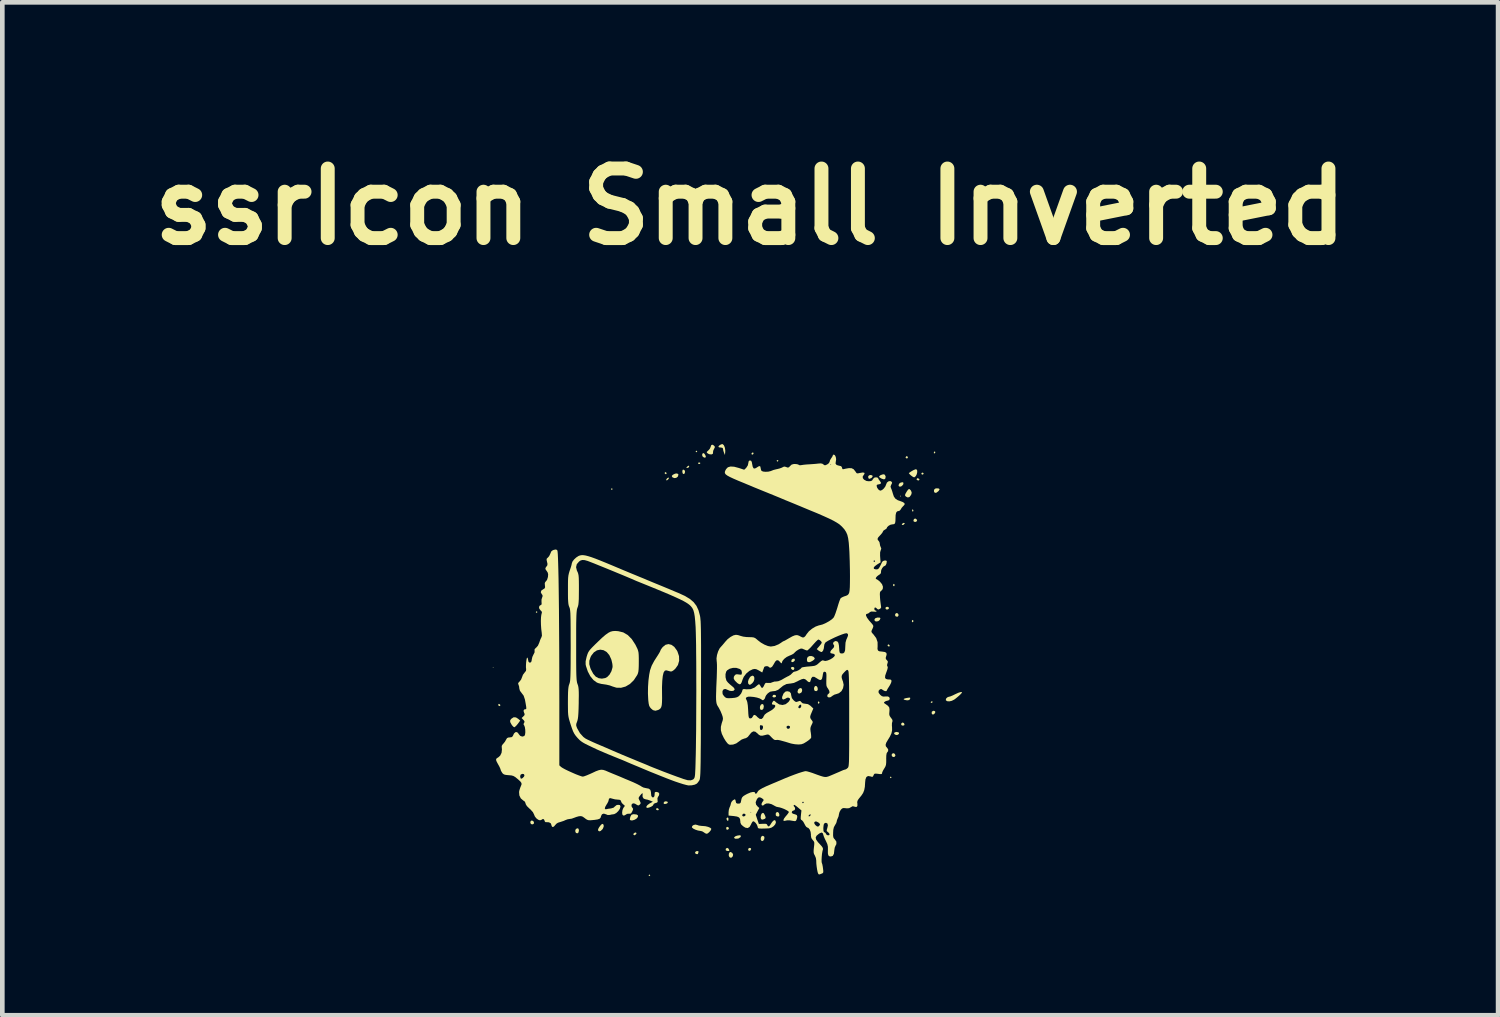
<source format=kicad_pcb>
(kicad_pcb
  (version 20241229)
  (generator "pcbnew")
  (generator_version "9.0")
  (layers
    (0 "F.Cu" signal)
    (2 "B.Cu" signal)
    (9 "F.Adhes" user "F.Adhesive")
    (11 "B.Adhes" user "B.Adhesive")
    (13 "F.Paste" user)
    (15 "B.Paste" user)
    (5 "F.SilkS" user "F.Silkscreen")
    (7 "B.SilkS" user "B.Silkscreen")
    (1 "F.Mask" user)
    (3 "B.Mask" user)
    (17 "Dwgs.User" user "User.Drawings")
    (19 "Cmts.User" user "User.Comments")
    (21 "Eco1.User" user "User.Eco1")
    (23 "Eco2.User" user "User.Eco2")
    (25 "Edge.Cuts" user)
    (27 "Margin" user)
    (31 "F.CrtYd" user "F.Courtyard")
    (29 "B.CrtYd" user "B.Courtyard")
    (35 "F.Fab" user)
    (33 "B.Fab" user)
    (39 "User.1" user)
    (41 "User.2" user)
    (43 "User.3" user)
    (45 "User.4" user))
  (footprint "ssrIcon Small Inverted"
    (layer "F.Cu")
    (at 12.131 10.904)
    (property "Reference" "ssrIcon Small Inverted" (at 0.991 -9.5 0) (layer "F.SilkS") (effects (font (size 1.5 1.5) (thickness 0.3))))
    (attr board_only exclude_from_pos_files exclude_from_bom)
    (fp_poly (pts (xy -4.543 0.431) (xy -4.551 0.439) (xy -4.56 0.431) (xy -4.551 0.422)) (stroke (width 0) (type solid)) (fill yes) (layer "F.SilkS"))
    (fp_poly (pts (xy 4.233 -3.271) (xy 4.235 -3.251) (xy 4.233 -3.248) (xy 4.223 -3.251) (xy 4.222 -3.259) (xy 4.228 -3.273)) (stroke (width 0) (type solid)) (fill yes) (layer "F.SilkS"))
    (fp_poly (pts (xy -4.399 1.237) (xy -4.396 1.257) (xy -4.415 1.267) (xy -4.438 1.253) (xy -4.442 1.24) (xy -4.432 1.22) (xy -4.422 1.22)) (stroke (width 0) (type solid)) (fill yes) (layer "F.SilkS"))
    (fp_poly (pts (xy 1.064 -4.181) (xy 1.05 -4.158) (xy 1.037 -4.155) (xy 1.018 -4.164) (xy 1.017 -4.175) (xy 1.034 -4.197) (xy 1.054 -4.2)) (stroke (width 0) (type solid)) (fill yes) (layer "F.SilkS"))
    (fp_poly (pts (xy 3.982 -0.059) (xy 3.999 -0.037) (xy 3.991 -0.02) (xy 3.979 -0.017) (xy 3.955 -0.03) (xy 3.952 -0.044) (xy 3.962 -0.062)) (stroke (width 0) (type solid)) (fill yes) (layer "F.SilkS"))
    (fp_poly (pts (xy 4.508 -2.952) (xy 4.506 -2.936) (xy 4.496 -2.924) (xy 4.485 -2.936) (xy 4.479 -2.961) (xy 4.482 -2.968) (xy 4.499 -2.971)) (stroke (width 0) (type solid)) (fill yes) (layer "F.SilkS"))
    (fp_poly (pts (xy -3.598 -0.764) (xy -3.597 -0.76) (xy -3.61 -0.744) (xy -3.614 -0.743) (xy -3.63 -0.756) (xy -3.631 -0.76) (xy -3.618 -0.776) (xy -3.614 -0.777)) (stroke (width 0) (type solid)) (fill yes) (layer "F.SilkS"))
    (fp_poly (pts (xy -1.976 -3.415) (xy -1.976 -3.411) (xy -1.989 -3.395) (xy -1.993 -3.395) (xy -2.009 -3.407) (xy -2.01 -3.411) (xy -1.997 -3.428) (xy -1.993 -3.428)) (stroke (width 0) (type solid)) (fill yes) (layer "F.SilkS"))
    (fp_poly (pts (xy -1.166 4.91) (xy -1.165 4.914) (xy -1.178 4.931) (xy -1.182 4.931) (xy -1.199 4.919) (xy -1.199 4.914) (xy -1.186 4.898) (xy -1.182 4.898)) (stroke (width 0) (type solid)) (fill yes) (layer "F.SilkS"))
    (fp_poly (pts (xy -0.982 3.487) (xy -0.98 3.497) (xy -0.992 3.511) (xy -1.017 3.511) (xy -1.038 3.497) (xy -1.036 3.475) (xy -1.03 3.471) (xy -1.002 3.468)) (stroke (width 0) (type solid)) (fill yes) (layer "F.SilkS"))
    (fp_poly (pts (xy -0.821 -3.771) (xy -0.811 -3.748) (xy -0.822 -3.733) (xy -0.827 -3.732) (xy -0.85 -3.745) (xy -0.852 -3.748) (xy -0.851 -3.768) (xy -0.833 -3.777)) (stroke (width 0) (type solid)) (fill yes) (layer "F.SilkS"))
    (fp_poly (pts (xy -0.328 -3.914) (xy -0.325 -3.893) (xy -0.343 -3.874) (xy -0.368 -3.867) (xy -0.386 -3.87) (xy -0.38 -3.883) (xy -0.367 -3.896) (xy -0.342 -3.914)) (stroke (width 0) (type solid)) (fill yes) (layer "F.SilkS"))
    (fp_poly (pts (xy -0.152 -4.226) (xy -0.152 -4.222) (xy -0.165 -4.206) (xy -0.169 -4.205) (xy -0.185 -4.218) (xy -0.186 -4.222) (xy -0.173 -4.238) (xy -0.169 -4.239)) (stroke (width 0) (type solid)) (fill yes) (layer "F.SilkS"))
    (fp_poly (pts (xy -0.087 -3.977) (xy -0.084 -3.969) (xy -0.098 -3.954) (xy -0.11 -3.952) (xy -0.132 -3.961) (xy -0.135 -3.969) (xy -0.121 -3.984) (xy -0.11 -3.986)) (stroke (width 0) (type solid)) (fill yes) (layer "F.SilkS"))
    (fp_poly (pts (xy 0.521 3.684) (xy 0.521 3.717) (xy 0.514 3.743) (xy 0.502 3.738) (xy 0.491 3.726) (xy 0.477 3.697) (xy 0.487 3.678) (xy 0.51 3.666)) (stroke (width 0) (type solid)) (fill yes) (layer "F.SilkS"))
    (fp_poly (pts (xy 0.528 3.887) (xy 0.532 3.901) (xy 0.518 3.925) (xy 0.502 3.932) (xy 0.478 3.926) (xy 0.473 3.901) (xy 0.481 3.873) (xy 0.502 3.871)) (stroke (width 0) (type solid)) (fill yes) (layer "F.SilkS"))
    (fp_poly (pts (xy 1.008 4.333) (xy 1.01 4.353) (xy 0.994 4.38) (xy 0.97 4.388) (xy 0.95 4.376) (xy 0.946 4.358) (xy 0.957 4.33) (xy 0.981 4.323)) (stroke (width 0) (type solid)) (fill yes) (layer "F.SilkS"))
    (fp_poly (pts (xy 1.597 -4.028) (xy 1.596 -4.019) (xy 1.581 -4.003) (xy 1.579 -4.003) (xy 1.566 -4.014) (xy 1.562 -4.019) (xy 1.566 -4.034) (xy 1.579 -4.036)) (stroke (width 0) (type solid)) (fill yes) (layer "F.SilkS"))
    (fp_poly (pts (xy 1.937 0.435) (xy 1.942 0.456) (xy 1.931 0.484) (xy 1.905 0.488) (xy 1.877 0.467) (xy 1.867 0.44) (xy 1.887 0.425) (xy 1.911 0.422)) (stroke (width 0) (type solid)) (fill yes) (layer "F.SilkS"))
    (fp_poly (pts (xy 2.481 1.179) (xy 2.483 1.191) (xy 2.473 1.213) (xy 2.466 1.216) (xy 2.451 1.202) (xy 2.449 1.191) (xy 2.458 1.168) (xy 2.466 1.165)) (stroke (width 0) (type solid)) (fill yes) (layer "F.SilkS"))
    (fp_poly (pts (xy 4.036 2.799) (xy 4.036 2.803) (xy 4.023 2.82) (xy 4.019 2.82) (xy 4.003 2.807) (xy 4.003 2.803) (xy 4.015 2.787) (xy 4.019 2.787)) (stroke (width 0) (type solid)) (fill yes) (layer "F.SilkS"))
    (fp_poly (pts (xy 4.102 -1.354) (xy 4.104 -1.343) (xy 4.095 -1.32) (xy 4.087 -1.317) (xy 4.072 -1.331) (xy 4.07 -1.343) (xy 4.079 -1.365) (xy 4.087 -1.368)) (stroke (width 0) (type solid)) (fill yes) (layer "F.SilkS"))
    (fp_poly (pts (xy 4.319 -2.679) (xy 4.32 -2.666) (xy 4.298 -2.643) (xy 4.282 -2.637) (xy 4.26 -2.641) (xy 4.26 -2.654) (xy 4.281 -2.676) (xy 4.297 -2.683)) (stroke (width 0) (type solid)) (fill yes) (layer "F.SilkS"))
    (fp_poly (pts (xy 4.388 -4.107) (xy 4.391 -4.095) (xy 4.377 -4.073) (xy 4.366 -4.07) (xy 4.343 -4.084) (xy 4.34 -4.095) (xy 4.354 -4.118) (xy 4.366 -4.121)) (stroke (width 0) (type solid)) (fill yes) (layer "F.SilkS"))
    (fp_poly (pts (xy 4.507 -0.577) (xy 4.509 -0.566) (xy 4.5 -0.543) (xy 4.492 -0.54) (xy 4.477 -0.554) (xy 4.475 -0.566) (xy 4.485 -0.588) (xy 4.492 -0.591)) (stroke (width 0) (type solid)) (fill yes) (layer "F.SilkS"))
    (fp_poly (pts (xy 4.577 -2.761) (xy 4.588 -2.73) (xy 4.57 -2.708) (xy 4.542 -2.702) (xy 4.514 -2.715) (xy 4.509 -2.734) (xy 4.521 -2.766) (xy 4.548 -2.777)) (stroke (width 0) (type solid)) (fill yes) (layer "F.SilkS"))
    (fp_poly (pts (xy 4.633 -3.631) (xy 4.639 -3.611) (xy 4.622 -3.598) (xy 4.612 -3.597) (xy 4.583 -3.608) (xy 4.577 -3.624) (xy 4.589 -3.644) (xy 4.605 -3.645)) (stroke (width 0) (type solid)) (fill yes) (layer "F.SilkS"))
    (fp_poly (pts (xy 4.726 -3.757) (xy 4.729 -3.75) (xy 4.718 -3.728) (xy 4.696 -3.723) (xy 4.689 -3.727) (xy 4.679 -3.752) (xy 4.697 -3.766) (xy 4.703 -3.766)) (stroke (width 0) (type solid)) (fill yes) (layer "F.SilkS"))
    (fp_poly (pts (xy 4.925 1.173) (xy 4.923 1.182) (xy 4.901 1.198) (xy 4.897 1.199) (xy 4.881 1.186) (xy 4.881 1.182) (xy 4.894 1.167) (xy 4.907 1.165)) (stroke (width 0) (type solid)) (fill yes) (layer "F.SilkS"))
    (fp_poly (pts (xy 4.982 -4.21) (xy 4.982 -4.206) (xy 4.97 -4.183) (xy 4.965 -4.18) (xy 4.951 -4.184) (xy 4.948 -4.196) (xy 4.957 -4.219) (xy 4.965 -4.222)) (stroke (width 0) (type solid)) (fill yes) (layer "F.SilkS"))
    (fp_poly (pts (xy -1.469 3.994) (xy -1.46 4.012) (xy -1.471 4.029) (xy -1.5 4.052) (xy -1.524 4.042) (xy -1.527 4.038) (xy -1.525 4.017) (xy -1.503 3.998) (xy -1.477 3.991)) (stroke (width 0) (type solid)) (fill yes) (layer "F.SilkS"))
    (fp_poly (pts (xy -0.793 3.327) (xy -0.785 3.346) (xy -0.802 3.365) (xy -0.833 3.375) (xy -0.867 3.375) (xy -0.876 3.36) (xy -0.875 3.349) (xy -0.855 3.324) (xy -0.827 3.319)) (stroke (width 0) (type solid)) (fill yes) (layer "F.SilkS"))
    (fp_poly (pts (xy -0.762 -3.656) (xy -0.76 -3.651) (xy -0.772 -3.627) (xy -0.797 -3.604) (xy -0.813 -3.597) (xy -0.82 -3.61) (xy -0.817 -3.621) (xy -0.801 -3.643) (xy -0.778 -3.657)) (stroke (width 0) (type solid)) (fill yes) (layer "F.SilkS"))
    (fp_poly (pts (xy -0.419 -3.81) (xy -0.414 -3.784) (xy -0.422 -3.749) (xy -0.442 -3.735) (xy -0.461 -3.743) (xy -0.47 -3.768) (xy -0.473 -3.795) (xy -0.466 -3.826) (xy -0.443 -3.83)) (stroke (width 0) (type solid)) (fill yes) (layer "F.SilkS"))
    (fp_poly (pts (xy 3.969 -0.867) (xy 3.982 -0.848) (xy 3.981 -0.84) (xy 3.961 -0.818) (xy 3.93 -0.815) (xy 3.909 -0.828) (xy 3.909 -0.855) (xy 3.915 -0.865) (xy 3.941 -0.875)) (stroke (width 0) (type solid)) (fill yes) (layer "F.SilkS"))
    (fp_poly (pts (xy 4.184 -0.716) (xy 4.188 -0.687) (xy 4.173 -0.664) (xy 4.156 -0.659) (xy 4.125 -0.669) (xy 4.116 -0.681) (xy 4.115 -0.715) (xy 4.135 -0.737) (xy 4.161 -0.738)) (stroke (width 0) (type solid)) (fill yes) (layer "F.SilkS"))
    (fp_poly (pts (xy 4.304 1.634) (xy 4.316 1.659) (xy 4.311 1.679) (xy 4.282 1.689) (xy 4.252 1.678) (xy 4.247 1.672) (xy 4.245 1.644) (xy 4.267 1.624) (xy 4.28 1.621)) (stroke (width 0) (type solid)) (fill yes) (layer "F.SilkS"))
    (fp_poly (pts (xy 4.977 1.379) (xy 4.979 1.405) (xy 4.962 1.432) (xy 4.931 1.451) (xy 4.909 1.438) (xy 4.904 1.428) (xy 4.903 1.391) (xy 4.93 1.37) (xy 4.949 1.368)) (stroke (width 0) (type solid)) (fill yes) (layer "F.SilkS"))
    (fp_poly (pts (xy -3.686 3.745) (xy -3.67 3.775) (xy -3.674 3.801) (xy -3.699 3.816) (xy -3.731 3.811) (xy -3.738 3.805) (xy -3.75 3.776) (xy -3.742 3.746) (xy -3.718 3.732) (xy -3.717 3.732)) (stroke (width 0) (type solid)) (fill yes) (layer "F.SilkS"))
    (fp_poly (pts (xy 0.521 4.337) (xy 0.538 4.368) (xy 0.54 4.384) (xy 0.527 4.391) (xy 0.499 4.389) (xy 0.472 4.381) (xy 0.464 4.374) (xy 0.462 4.346) (xy 0.484 4.326) (xy 0.497 4.323)) (stroke (width 0) (type solid)) (fill yes) (layer "F.SilkS"))
    (fp_poly (pts (xy 0.605 4.432) (xy 0.622 4.467) (xy 0.615 4.504) (xy 0.585 4.535) (xy 0.556 4.532) (xy 0.541 4.518) (xy 0.528 4.486) (xy 0.531 4.448) (xy 0.546 4.419) (xy 0.569 4.411)) (stroke (width 0) (type solid)) (fill yes) (layer "F.SilkS"))
    (fp_poly (pts (xy 1.545 1.039) (xy 1.547 1.061) (xy 1.546 1.062) (xy 1.523 1.078) (xy 1.493 1.079) (xy 1.472 1.066) (xy 1.469 1.057) (xy 1.483 1.031) (xy 1.492 1.025) (xy 1.523 1.024)) (stroke (width 0) (type solid)) (fill yes) (layer "F.SilkS"))
    (fp_poly (pts (xy 1.608 3.57) (xy 1.618 3.602) (xy 1.617 3.636) (xy 1.599 3.647) (xy 1.588 3.648) (xy 1.555 3.637) (xy 1.543 3.623) (xy 1.54 3.584) (xy 1.556 3.556) (xy 1.583 3.55)) (stroke (width 0) (type solid)) (fill yes) (layer "F.SilkS"))
    (fp_poly (pts (xy 1.946 0.25) (xy 1.955 0.274) (xy 1.943 0.295) (xy 1.914 0.317) (xy 1.887 0.318) (xy 1.875 0.3) (xy 1.875 0.298) (xy 1.886 0.266) (xy 1.912 0.246) (xy 1.939 0.245)) (stroke (width 0) (type solid)) (fill yes) (layer "F.SilkS"))
    (fp_poly (pts (xy 2.426 0.841) (xy 2.443 0.87) (xy 2.447 0.907) (xy 2.441 0.928) (xy 2.415 0.945) (xy 2.384 0.938) (xy 2.371 0.921) (xy 2.366 0.878) (xy 2.381 0.843) (xy 2.402 0.831)) (stroke (width 0) (type solid)) (fill yes) (layer "F.SilkS"))
    (fp_poly (pts (xy 3.623 -3.705) (xy 3.63 -3.682) (xy 3.61 -3.656) (xy 3.598 -3.648) (xy 3.563 -3.633) (xy 3.545 -3.638) (xy 3.536 -3.656) (xy 3.535 -3.691) (xy 3.563 -3.712) (xy 3.59 -3.715)) (stroke (width 0) (type solid)) (fill yes) (layer "F.SilkS"))
    (fp_poly (pts (xy 4.107 2.296) (xy 4.121 2.328) (xy 4.121 2.33) (xy 4.108 2.356) (xy 4.081 2.365) (xy 4.053 2.354) (xy 4.042 2.338) (xy 4.042 2.305) (xy 4.05 2.293) (xy 4.079 2.282)) (stroke (width 0) (type solid)) (fill yes) (layer "F.SilkS"))
    (fp_poly (pts (xy 4.294 -3.547) (xy 4.29 -3.516) (xy 4.28 -3.499) (xy 4.249 -3.471) (xy 4.217 -3.462) (xy 4.194 -3.475) (xy 4.188 -3.496) (xy 4.203 -3.53) (xy 4.231 -3.55) (xy 4.273 -3.56)) (stroke (width 0) (type solid)) (fill yes) (layer "F.SilkS"))
    (fp_poly (pts (xy 5.058 -3.423) (xy 5.073 -3.407) (xy 5.057 -3.378) (xy 5.047 -3.366) (xy 5.006 -3.334) (xy 4.973 -3.33) (xy 4.954 -3.352) (xy 4.952 -3.394) (xy 4.977 -3.421) (xy 5.012 -3.428)) (stroke (width 0) (type solid)) (fill yes) (layer "F.SilkS"))
    (fp_poly (pts (xy -2.71 3.91) (xy -2.702 3.942) (xy -2.702 3.95) (xy -2.711 3.991) (xy -2.734 4.01) (xy -2.762 4.002) (xy -2.77 3.994) (xy -2.782 3.959) (xy -2.772 3.924) (xy -2.746 3.903) (xy -2.735 3.901)) (stroke (width 0) (type solid)) (fill yes) (layer "F.SilkS"))
    (fp_poly (pts (xy -0.124 4.398) (xy -0.125 4.418) (xy -0.134 4.445) (xy -0.135 4.451) (xy -0.147 4.459) (xy -0.173 4.455) (xy -0.193 4.443) (xy -0.194 4.442) (xy -0.197 4.414) (xy -0.173 4.395) (xy -0.149 4.391)) (stroke (width 0) (type solid)) (fill yes) (layer "F.SilkS"))
    (fp_poly (pts (xy 0.788 4.058) (xy 0.787 4.081) (xy 0.778 4.094) (xy 0.735 4.122) (xy 0.678 4.126) (xy 0.671 4.125) (xy 0.644 4.111) (xy 0.647 4.092) (xy 0.675 4.071) (xy 0.71 4.059) (xy 0.761 4.051)) (stroke (width 0) (type solid)) (fill yes) (layer "F.SilkS"))
    (fp_poly (pts (xy 1.289 4.076) (xy 1.297 4.096) (xy 1.293 4.135) (xy 1.274 4.165) (xy 1.248 4.177) (xy 1.236 4.173) (xy 1.218 4.147) (xy 1.218 4.11) (xy 1.232 4.077) (xy 1.257 4.062) (xy 1.258 4.062)) (stroke (width 0) (type solid)) (fill yes) (layer "F.SilkS"))
    (fp_poly (pts (xy 2.103 0.891) (xy 2.111 0.923) (xy 2.103 0.959) (xy 2.091 0.976) (xy 2.056 0.996) (xy 2.026 0.991) (xy 2.01 0.964) (xy 2.01 0.958) (xy 2.023 0.909) (xy 2.057 0.882) (xy 2.081 0.878)) (stroke (width 0) (type solid)) (fill yes) (layer "F.SilkS"))
    (fp_poly (pts (xy 4.182 1.831) (xy 4.198 1.843) (xy 4.196 1.865) (xy 4.173 1.885) (xy 4.146 1.891) (xy 4.118 1.883) (xy 4.106 1.876) (xy 4.091 1.855) (xy 4.103 1.835) (xy 4.137 1.824) (xy 4.146 1.824)) (stroke (width 0) (type solid)) (fill yes) (layer "F.SilkS"))
    (fp_poly (pts (xy 4.439 1.088) (xy 4.439 1.107) (xy 4.439 1.108) (xy 4.419 1.136) (xy 4.374 1.143) (xy 4.324 1.134) (xy 4.298 1.122) (xy 4.304 1.109) (xy 4.344 1.096) (xy 4.38 1.089) (xy 4.422 1.083)) (stroke (width 0) (type solid)) (fill yes) (layer "F.SilkS"))
    (fp_poly (pts (xy -0.562 -3.735) (xy -0.557 -3.719) (xy -0.571 -3.678) (xy -0.605 -3.653) (xy -0.647 -3.648) (xy -0.686 -3.666) (xy -0.691 -3.672) (xy -0.7 -3.694) (xy -0.682 -3.715) (xy -0.673 -3.722) (xy -0.628 -3.744) (xy -0.588 -3.748)) (stroke (width 0) (type solid)) (fill yes) (layer "F.SilkS"))
    (fp_poly (pts (xy 0.002 -4.175) (xy 0.023 -4.143) (xy 0.034 -4.11) (xy 0.034 -4.105) (xy 0.022 -4.089) (xy -0.004 -4.091) (xy -0.032 -4.11) (xy -0.034 -4.112) (xy -0.046 -4.143) (xy -0.04 -4.174) (xy -0.019 -4.188) (xy -0.018 -4.188)) (stroke (width 0) (type solid)) (fill yes) (layer "F.SilkS"))
    (fp_poly (pts (xy 1.275 1.236) (xy 1.284 1.27) (xy 1.276 1.317) (xy 1.273 1.324) (xy 1.25 1.348) (xy 1.219 1.347) (xy 1.21 1.34) (xy 1.199 1.309) (xy 1.204 1.268) (xy 1.222 1.235) (xy 1.224 1.233) (xy 1.254 1.221)) (stroke (width 0) (type solid)) (fill yes) (layer "F.SilkS"))
    (fp_poly (pts (xy 3.784 -0.64) (xy 3.798 -0.628) (xy 3.788 -0.601) (xy 3.782 -0.59) (xy 3.756 -0.567) (xy 3.718 -0.557) (xy 3.684 -0.563) (xy 3.674 -0.573) (xy 3.669 -0.605) (xy 3.692 -0.63) (xy 3.735 -0.642) (xy 3.743 -0.642)) (stroke (width 0) (type solid)) (fill yes) (layer "F.SilkS"))
    (fp_poly (pts (xy 3.893 -3.721) (xy 3.909 -3.685) (xy 3.91 -3.673) (xy 3.901 -3.633) (xy 3.875 -3.62) (xy 3.829 -3.634) (xy 3.813 -3.642) (xy 3.775 -3.666) (xy 3.77 -3.687) (xy 3.797 -3.709) (xy 3.806 -3.714) (xy 3.858 -3.731)) (stroke (width 0) (type solid)) (fill yes) (layer "F.SilkS"))
    (fp_poly (pts (xy -2.169 3.827) (xy -2.168 3.865) (xy -2.186 3.909) (xy -2.196 3.923) (xy -2.234 3.959) (xy -2.266 3.967) (xy -2.289 3.947) (xy -2.29 3.944) (xy -2.287 3.918) (xy -2.267 3.88) (xy -2.239 3.842) (xy -2.211 3.813) (xy -2.189 3.805) (xy -2.189 3.805)) (stroke (width 0) (type solid)) (fill yes) (layer "F.SilkS"))
    (fp_poly (pts (xy 1.063 0.619) (xy 1.078 0.647) (xy 1.08 0.686) (xy 1.067 0.73) (xy 1.039 0.769) (xy 1 0.802) (xy 0.972 0.807) (xy 0.95 0.785) (xy 0.948 0.781) (xy 0.943 0.741) (xy 0.957 0.691) (xy 0.985 0.644) (xy 1.002 0.627) (xy 1.037 0.61)) (stroke (width 0) (type solid)) (fill yes) (layer "F.SilkS"))
    (fp_poly (pts (xy 1.285 3.579) (xy 1.306 3.618) (xy 1.314 3.635) (xy 1.324 3.67) (xy 1.315 3.689) (xy 1.301 3.698) (xy 1.258 3.714) (xy 1.23 3.706) (xy 1.227 3.704) (xy 1.216 3.674) (xy 1.219 3.631) (xy 1.232 3.592) (xy 1.242 3.58) (xy 1.265 3.568)) (stroke (width 0) (type solid)) (fill yes) (layer "F.SilkS"))
    (fp_poly (pts (xy -4.058 1.511) (xy -4.011 1.541) (xy -3.967 1.579) (xy -4.02 1.651) (xy -4.054 1.691) (xy -4.083 1.717) (xy -4.095 1.723) (xy -4.118 1.709) (xy -4.146 1.677) (xy -4.153 1.666) (xy -4.18 1.617) (xy -4.186 1.584) (xy -4.171 1.554) (xy -4.155 1.537) (xy -4.108 1.507)) (stroke (width 0) (type solid)) (fill yes) (layer "F.SilkS"))
    (fp_poly (pts (xy -1.457 3.604) (xy -1.429 3.622) (xy -1.43 3.653) (xy -1.435 3.663) (xy -1.462 3.694) (xy -1.502 3.717) (xy -1.545 3.73) (xy -1.581 3.731) (xy -1.602 3.718) (xy -1.604 3.708) (xy -1.599 3.675) (xy -1.588 3.641) (xy -1.568 3.609) (xy -1.533 3.598) (xy -1.516 3.597)) (stroke (width 0) (type solid)) (fill yes) (layer "F.SilkS"))
    (fp_poly (pts (xy 4.449 -3.387) (xy 4.457 -3.375) (xy 4.471 -3.34) (xy 4.467 -3.307) (xy 4.457 -3.284) (xy 4.425 -3.241) (xy 4.388 -3.23) (xy 4.35 -3.248) (xy 4.332 -3.265) (xy 4.328 -3.285) (xy 4.34 -3.316) (xy 4.37 -3.366) (xy 4.37 -3.367) (xy 4.4 -3.406) (xy 4.424 -3.412)) (stroke (width 0) (type solid)) (fill yes) (layer "F.SilkS"))
    (fp_poly (pts (xy 2.314 0.188) (xy 2.354 0.203) (xy 2.379 0.231) (xy 2.381 0.245) (xy 2.368 0.265) (xy 2.335 0.29) (xy 2.295 0.311) (xy 2.261 0.321) (xy 2.259 0.321) (xy 2.23 0.314) (xy 2.224 0.31) (xy 2.213 0.28) (xy 2.216 0.239) (xy 2.232 0.206) (xy 2.233 0.206) (xy 2.269 0.188)) (stroke (width 0) (type solid)) (fill yes) (layer "F.SilkS"))
    (fp_poly (pts (xy 4.589 -3.816) (xy 4.591 -3.777) (xy 4.581 -3.732) (xy 4.561 -3.692) (xy 4.534 -3.668) (xy 4.521 -3.665) (xy 4.496 -3.676) (xy 4.46 -3.702) (xy 4.452 -3.708) (xy 4.423 -3.737) (xy 4.41 -3.754) (xy 4.41 -3.756) (xy 4.458 -3.79) (xy 4.508 -3.819) (xy 4.549 -3.836) (xy 4.57 -3.839)) (stroke (width 0) (type solid)) (fill yes) (layer "F.SilkS"))
    (fp_poly (pts (xy 0.397 -4.38) (xy 0.424 -4.354) (xy 0.444 -4.305) (xy 0.453 -4.245) (xy 0.452 -4.212) (xy 0.446 -4.146) (xy 0.426 -4.194) (xy 0.411 -4.239) (xy 0.405 -4.274) (xy 0.397 -4.298) (xy 0.366 -4.306) (xy 0.355 -4.307) (xy 0.319 -4.311) (xy 0.304 -4.322) (xy 0.304 -4.322) (xy 0.318 -4.346) (xy 0.349 -4.368) (xy 0.383 -4.381)) (stroke (width 0) (type solid)) (fill yes) (layer "F.SilkS"))
    (fp_poly (pts (xy 0.21 -4.348) (xy 0.228 -4.325) (xy 0.225 -4.302) (xy 0.211 -4.278) (xy 0.192 -4.235) (xy 0.189 -4.2) (xy 0.185 -4.171) (xy 0.157 -4.159) (xy 0.152 -4.158) (xy 0.105 -4.164) (xy 0.076 -4.179) (xy 0.055 -4.198) (xy 0.055 -4.213) (xy 0.079 -4.237) (xy 0.087 -4.243) (xy 0.12 -4.281) (xy 0.138 -4.321) (xy 0.138 -4.322) (xy 0.152 -4.361) (xy 0.179 -4.368)) (stroke (width 0) (type solid)) (fill yes) (layer "F.SilkS"))
    (fp_poly (pts (xy 5.553 0.965) (xy 5.556 0.973) (xy 5.544 0.991) (xy 5.513 1.024) (xy 5.47 1.062) (xy 5.423 1.101) (xy 5.389 1.126) (xy 5.336 1.153) (xy 5.282 1.165) (xy 5.236 1.161) (xy 5.208 1.141) (xy 5.207 1.138) (xy 5.211 1.108) (xy 5.237 1.08) (xy 5.273 1.065) (xy 5.281 1.064) (xy 5.307 1.057) (xy 5.353 1.038) (xy 5.404 1.013) (xy 5.476 0.98) (xy 5.527 0.964)) (stroke (width 0) (type solid)) (fill yes) (layer "F.SilkS"))
    (fp_poly (pts (xy -0.151 3.83) (xy -0.151 3.83) (xy -0.115 3.842) (xy -0.062 3.849) (xy -0.033 3.851) (xy 0.026 3.856) (xy 0.083 3.87) (xy 0.128 3.889) (xy 0.151 3.91) (xy 0.152 3.916) (xy 0.14 3.945) (xy 0.111 3.98) (xy 0.078 4.009) (xy 0.053 4.019) (xy 0.019 4.008) (xy -0.005 3.99) (xy -0.045 3.966) (xy -0.081 3.958) (xy -0.135 3.949) (xy -0.19 3.931) (xy -0.237 3.908) (xy -0.264 3.884) (xy -0.267 3.878) (xy -0.258 3.85) (xy -0.228 3.829) (xy -0.188 3.821)) (stroke (width 0) (type solid)) (fill yes) (layer "F.SilkS"))
    (fp_poly (pts (xy -0.707 -0.054) (xy -0.646 -0.01) (xy -0.592 0.064) (xy -0.578 0.089) (xy -0.544 0.19) (xy -0.541 0.289) (xy -0.567 0.381) (xy -0.623 0.46) (xy -0.663 0.496) (xy -0.698 0.518) (xy -0.73 0.52) (xy -0.769 0.509) (xy -0.816 0.496) (xy -0.845 0.501) (xy -0.853 0.507) (xy -0.877 0.545) (xy -0.894 0.617) (xy -0.905 0.721) (xy -0.911 0.858) (xy -0.91 0.985) (xy -0.909 1.099) (xy -0.911 1.184) (xy -0.916 1.245) (xy -0.927 1.288) (xy -0.944 1.317) (xy -0.968 1.337) (xy -0.992 1.35) (xy -1.053 1.367) (xy -1.105 1.354) (xy -1.149 1.317) (xy -1.172 1.288) (xy -1.188 1.256) (xy -1.198 1.212) (xy -1.206 1.146) (xy -1.208 1.119) (xy -1.214 0.992) (xy -1.212 0.854) (xy -1.203 0.717) (xy -1.187 0.591) (xy -1.168 0.494) (xy -1.134 0.397) (xy -1.08 0.295) (xy -1.041 0.234) (xy -1.001 0.172) (xy -0.969 0.12) (xy -0.95 0.084) (xy -0.946 0.072) (xy -0.935 0.048) (xy -0.909 0.011) (xy -0.893 -0.008) (xy -0.835 -0.055) (xy -0.771 -0.07)) (stroke (width 0) (type solid)) (fill yes) (layer "F.SilkS"))
    (fp_poly (pts (xy -1.853 -0.348) (xy -1.746 -0.322) (xy -1.649 -0.265) (xy -1.563 -0.178) (xy -1.485 -0.059) (xy -1.46 -0.008) (xy -1.439 0.035) (xy -1.426 0.073) (xy -1.417 0.114) (xy -1.413 0.165) (xy -1.411 0.234) (xy -1.411 0.312) (xy -1.412 0.406) (xy -1.415 0.473) (xy -1.42 0.522) (xy -1.429 0.559) (xy -1.443 0.593) (xy -1.449 0.603) (xy -1.518 0.708) (xy -1.602 0.79) (xy -1.695 0.845) (xy -1.793 0.872) (xy -1.893 0.87) (xy -1.976 0.844) (xy -2.038 0.821) (xy -2.112 0.804) (xy -2.153 0.798) (xy -2.221 0.788) (xy -2.285 0.771) (xy -2.316 0.758) (xy -2.39 0.704) (xy -2.456 0.623) (xy -2.51 0.521) (xy -2.549 0.405) (xy -2.557 0.368) (xy -2.557 0.364) (xy -2.478 0.364) (xy -2.455 0.448) (xy -2.442 0.479) (xy -2.393 0.57) (xy -2.34 0.631) (xy -2.277 0.665) (xy -2.207 0.675) (xy -2.133 0.662) (xy -2.091 0.639) (xy -2.041 0.587) (xy -2.001 0.515) (xy -1.979 0.438) (xy -1.976 0.407) (xy -1.981 0.357) (xy -1.995 0.294) (xy -2.005 0.258) (xy -2.047 0.167) (xy -2.103 0.101) (xy -2.17 0.062) (xy -2.242 0.05) (xy -2.313 0.065) (xy -2.379 0.108) (xy -2.435 0.179) (xy -2.451 0.21) (xy -2.477 0.289) (xy -2.478 0.364) (xy -2.557 0.364) (xy -2.557 0.3) (xy -2.536 0.205) (xy -2.532 0.193) (xy -2.518 0.149) (xy -2.503 0.112) (xy -2.483 0.079) (xy -2.454 0.042) (xy -2.412 -0.003) (xy -2.353 -0.062) (xy -2.291 -0.122) (xy -2.203 -0.206) (xy -2.132 -0.267) (xy -2.073 -0.31) (xy -2.021 -0.337) (xy -1.97 -0.35) (xy -1.915 -0.353)) (stroke (width 0) (type solid)) (fill yes) (layer "F.SilkS"))
    (fp_poly (pts (xy -2.598 -1.986) (xy -2.555 -1.979) (xy -2.501 -1.965) (xy -2.434 -1.944) (xy -2.351 -1.914) (xy -2.249 -1.874) (xy -2.126 -1.824) (xy -1.979 -1.763) (xy -1.804 -1.689) (xy -1.723 -1.655) (xy -1.674 -1.635) (xy -1.605 -1.606) (xy -1.527 -1.574) (xy -1.478 -1.554) (xy -1.399 -1.521) (xy -1.322 -1.49) (xy -1.26 -1.464) (xy -1.233 -1.452) (xy -1.184 -1.432) (xy -1.115 -1.403) (xy -1.037 -1.371) (xy -0.988 -1.351) (xy -0.905 -1.317) (xy -0.821 -1.282) (xy -0.748 -1.252) (xy -0.718 -1.239) (xy -0.654 -1.212) (xy -0.592 -1.186) (xy -0.557 -1.172) (xy -0.42 -1.109) (xy -0.311 -1.044) (xy -0.229 -0.974) (xy -0.168 -0.894) (xy -0.124 -0.799) (xy -0.094 -0.688) (xy -0.089 -0.663) (xy -0.085 -0.635) (xy -0.082 -0.601) (xy -0.078 -0.56) (xy -0.076 -0.509) (xy -0.074 -0.447) (xy -0.072 -0.371) (xy -0.071 -0.28) (xy -0.07 -0.17) (xy -0.069 -0.041) (xy -0.069 0.111) (xy -0.069 0.287) (xy -0.069 0.489) (xy -0.07 0.719) (xy -0.07 0.981) (xy -0.071 1.132) (xy -0.072 1.408) (xy -0.073 1.654) (xy -0.073 1.869) (xy -0.074 2.057) (xy -0.076 2.218) (xy -0.077 2.356) (xy -0.078 2.473) (xy -0.08 2.569) (xy -0.082 2.648) (xy -0.084 2.71) (xy -0.087 2.759) (xy -0.09 2.796) (xy -0.093 2.824) (xy -0.097 2.843) (xy -0.101 2.857) (xy -0.104 2.864) (xy -0.132 2.906) (xy -0.158 2.936) (xy -0.159 2.937) (xy -0.204 2.96) (xy -0.268 2.974) (xy -0.335 2.977) (xy -0.346 2.976) (xy -0.388 2.967) (xy -0.455 2.949) (xy -0.537 2.923) (xy -0.629 2.892) (xy -0.721 2.858) (xy -0.773 2.838) (xy -0.815 2.822) (xy -0.857 2.805) (xy -0.905 2.786) (xy -0.968 2.761) (xy -1.05 2.728) (xy -1.11 2.704) (xy -1.162 2.683) (xy -1.232 2.654) (xy -1.311 2.621) (xy -1.351 2.604) (xy -1.427 2.572) (xy -1.5 2.542) (xy -1.557 2.518) (xy -1.579 2.509) (xy -1.63 2.487) (xy -1.673 2.469) (xy -1.68 2.465) (xy -1.711 2.452) (xy -1.763 2.43) (xy -1.829 2.404) (xy -1.858 2.392) (xy -1.971 2.346) (xy -2.079 2.302) (xy -2.175 2.261) (xy -2.252 2.228) (xy -2.305 2.205) (xy -2.305 2.205) (xy -2.417 2.152) (xy -2.503 2.111) (xy -2.567 2.079) (xy -2.615 2.052) (xy -2.652 2.027) (xy -2.682 2.003) (xy -2.71 1.975) (xy -2.733 1.951) (xy -2.772 1.905) (xy -2.802 1.861) (xy -2.828 1.81) (xy -2.853 1.744) (xy -2.878 1.67) (xy -2.899 1.603) (xy -2.915 1.549) (xy -2.926 1.5) (xy -2.933 1.451) (xy -2.937 1.392) (xy -2.938 1.317) (xy -2.939 1.219) (xy -2.939 1.174) (xy -2.938 1.057) (xy -2.936 0.969) (xy -2.932 0.903) (xy -2.926 0.854) (xy -2.918 0.817) (xy -2.909 0.792) (xy -2.902 0.771) (xy -2.896 0.747) (xy -2.891 0.715) (xy -2.888 0.673) (xy -2.885 0.617) (xy -2.883 0.545) (xy -2.881 0.452) (xy -2.88 0.336) (xy -2.88 0.194) (xy -2.879 0.023) (xy -2.879 -0.042) (xy -2.88 -0.224) (xy -2.88 -0.376) (xy -2.881 -0.499) (xy -2.882 -0.599) (xy -2.884 -0.677) (xy -2.886 -0.737) (xy -2.89 -0.783) (xy -2.894 -0.816) (xy -2.899 -0.841) (xy -2.906 -0.861) (xy -2.909 -0.868) (xy -2.92 -0.897) (xy -2.928 -0.933) (xy -2.933 -0.982) (xy -2.937 -1.048) (xy -2.938 -1.138) (xy -2.938 -1.239) (xy -2.938 -1.351) (xy -2.937 -1.435) (xy -2.934 -1.499) (xy -2.928 -1.549) (xy -2.919 -1.591) (xy -2.907 -1.633) (xy -2.897 -1.663) (xy -2.876 -1.725) (xy -2.875 -1.728) (xy -2.763 -1.728) (xy -2.746 -1.656) (xy -2.737 -1.637) (xy -2.725 -1.611) (xy -2.716 -1.582) (xy -2.709 -1.546) (xy -2.705 -1.497) (xy -2.703 -1.43) (xy -2.702 -1.338) (xy -2.702 -1.25) (xy -2.703 -1.132) (xy -2.704 -1.042) (xy -2.708 -0.975) (xy -2.713 -0.925) (xy -2.721 -0.888) (xy -2.732 -0.857) (xy -2.739 -0.837) (xy -2.745 -0.813) (xy -2.749 -0.782) (xy -2.753 -0.74) (xy -2.756 -0.684) (xy -2.758 -0.612) (xy -2.76 -0.519) (xy -2.761 -0.403) (xy -2.761 -0.261) (xy -2.761 -0.088) (xy -2.761 -0.034) (xy -2.761 0.147) (xy -2.761 0.297) (xy -2.76 0.42) (xy -2.759 0.519) (xy -2.757 0.597) (xy -2.754 0.658) (xy -2.751 0.703) (xy -2.746 0.738) (xy -2.741 0.764) (xy -2.734 0.786) (xy -2.731 0.794) (xy -2.72 0.825) (xy -2.713 0.859) (xy -2.708 0.903) (xy -2.705 0.962) (xy -2.704 1.041) (xy -2.706 1.145) (xy -2.706 1.199) (xy -2.709 1.322) (xy -2.713 1.416) (xy -2.718 1.487) (xy -2.725 1.54) (xy -2.734 1.58) (xy -2.741 1.601) (xy -2.758 1.647) (xy -2.761 1.68) (xy -2.751 1.717) (xy -2.737 1.75) (xy -2.679 1.851) (xy -2.606 1.932) (xy -2.56 1.966) (xy -2.524 1.985) (xy -2.465 2.013) (xy -2.392 2.047) (xy -2.314 2.081) (xy -2.22 2.121) (xy -2.119 2.164) (xy -2.024 2.205) (xy -1.967 2.23) (xy -1.757 2.32) (xy -1.566 2.399) (xy -1.419 2.46) (xy -1.348 2.489) (xy -1.284 2.515) (xy -1.236 2.535) (xy -1.224 2.54) (xy -1.169 2.564) (xy -1.09 2.596) (xy -0.995 2.633) (xy -0.892 2.674) (xy -0.789 2.713) (xy -0.694 2.749) (xy -0.615 2.778) (xy -0.591 2.787) (xy -0.539 2.805) (xy -0.475 2.828) (xy -0.448 2.838) (xy -0.358 2.864) (xy -0.29 2.867) (xy -0.241 2.849) (xy -0.226 2.835) (xy -0.217 2.823) (xy -0.209 2.805) (xy -0.203 2.779) (xy -0.198 2.74) (xy -0.195 2.685) (xy -0.191 2.609) (xy -0.188 2.509) (xy -0.185 2.381) (xy -0.183 2.316) (xy -0.18 2.155) (xy -0.178 1.976) (xy -0.175 1.781) (xy -0.174 1.575) (xy -0.173 1.361) (xy -0.172 1.143) (xy -0.171 0.925) (xy -0.172 0.709) (xy -0.172 0.501) (xy -0.173 0.303) (xy -0.175 0.119) (xy -0.176 -0.048) (xy -0.179 -0.193) (xy -0.182 -0.313) (xy -0.185 -0.405) (xy -0.186 -0.435) (xy -0.195 -0.564) (xy -0.205 -0.665) (xy -0.218 -0.742) (xy -0.235 -0.802) (xy -0.258 -0.848) (xy -0.288 -0.886) (xy -0.315 -0.912) (xy -0.348 -0.938) (xy -0.393 -0.967) (xy -0.45 -0.999) (xy -0.524 -1.036) (xy -0.615 -1.078) (xy -0.727 -1.128) (xy -0.861 -1.185) (xy -1.021 -1.251) (xy -1.209 -1.328) (xy -1.33 -1.377) (xy -1.399 -1.405) (xy -1.459 -1.429) (xy -1.501 -1.447) (xy -1.512 -1.452) (xy -1.542 -1.466) (xy -1.598 -1.489) (xy -1.674 -1.521) (xy -1.764 -1.559) (xy -1.862 -1.599) (xy -1.963 -1.641) (xy -2.061 -1.681) (xy -2.149 -1.717) (xy -2.223 -1.747) (xy -2.246 -1.756) (xy -2.305 -1.78) (xy -2.376 -1.809) (xy -2.425 -1.828) (xy -2.513 -1.862) (xy -2.578 -1.88) (xy -2.627 -1.883) (xy -2.666 -1.872) (xy -2.699 -1.849) (xy -2.748 -1.792) (xy -2.763 -1.728) (xy -2.875 -1.728) (xy -2.861 -1.777) (xy -2.855 -1.809) (xy -2.854 -1.811) (xy -2.841 -1.848) (xy -2.807 -1.893) (xy -2.761 -1.936) (xy -2.712 -1.968) (xy -2.693 -1.976) (xy -2.664 -1.984) (xy -2.634 -1.988)) (stroke (width 0) (type solid)) (fill yes) (layer "F.SilkS"))
    (fp_poly (pts (xy -3.176 -2.1) (xy -3.167 -2.089) (xy -3.162 -2.066) (xy -3.157 -2.009) (xy -3.153 -1.922) (xy -3.149 -1.803) (xy -3.145 -1.656) (xy -3.141 -1.481) (xy -3.138 -1.279) (xy -3.135 -1.051) (xy -3.132 -0.799) (xy -3.13 -0.523) (xy -3.128 -0.225) (xy -3.126 0.094) (xy -3.125 0.433) (xy -3.125 0.79) (xy -3.124 1.165) (xy -3.124 1.182) (xy -3.124 2.544) (xy -3.086 2.579) (xy -3.054 2.6) (xy -3 2.63) (xy -2.93 2.664) (xy -2.852 2.699) (xy -2.775 2.733) (xy -2.705 2.76) (xy -2.649 2.78) (xy -2.617 2.787) (xy -2.586 2.779) (xy -2.534 2.76) (xy -2.468 2.732) (xy -2.421 2.711) (xy -2.336 2.671) (xy -2.273 2.648) (xy -2.223 2.638) (xy -2.178 2.642) (xy -2.13 2.657) (xy -2.107 2.667) (xy -2.049 2.692) (xy -1.979 2.721) (xy -1.942 2.736) (xy -1.881 2.761) (xy -1.825 2.784) (xy -1.799 2.795) (xy -1.757 2.813) (xy -1.697 2.839) (xy -1.638 2.863) (xy -1.527 2.91) (xy -1.438 2.952) (xy -1.374 2.986) (xy -1.347 3.004) (xy -1.311 3.022) (xy -1.261 3.034) (xy -1.255 3.035) (xy -1.195 3.047) (xy -1.162 3.073) (xy -1.149 3.119) (xy -1.148 3.139) (xy -1.142 3.201) (xy -1.123 3.232) (xy -1.094 3.234) (xy -1.074 3.208) (xy -1.07 3.17) (xy -1.068 3.132) (xy -1.052 3.118) (xy -1.032 3.116) (xy -0.989 3.127) (xy -0.969 3.156) (xy -0.977 3.194) (xy -0.987 3.207) (xy -1.009 3.25) (xy -1.007 3.293) (xy -1.004 3.33) (xy -1.018 3.347) (xy -1.047 3.355) (xy -1.087 3.372) (xy -1.098 3.394) (xy -1.112 3.415) (xy -1.147 3.437) (xy -1.19 3.454) (xy -1.228 3.461) (xy -1.245 3.456) (xy -1.248 3.432) (xy -1.225 3.401) (xy -1.182 3.368) (xy -1.166 3.359) (xy -1.108 3.328) (xy -1.17 3.302) (xy -1.219 3.285) (xy -1.259 3.277) (xy -1.264 3.276) (xy -1.305 3.262) (xy -1.329 3.225) (xy -1.33 3.184) (xy -1.327 3.151) (xy -1.338 3.146) (xy -1.363 3.17) (xy -1.383 3.195) (xy -1.409 3.23) (xy -1.415 3.255) (xy -1.403 3.286) (xy -1.393 3.304) (xy -1.374 3.343) (xy -1.372 3.366) (xy -1.386 3.386) (xy -1.391 3.391) (xy -1.418 3.409) (xy -1.444 3.401) (xy -1.448 3.398) (xy -1.494 3.37) (xy -1.527 3.363) (xy -1.545 3.367) (xy -1.567 3.39) (xy -1.568 3.426) (xy -1.55 3.458) (xy -1.548 3.46) (xy -1.534 3.478) (xy -1.538 3.505) (xy -1.552 3.537) (xy -1.574 3.575) (xy -1.598 3.588) (xy -1.618 3.586) (xy -1.665 3.59) (xy -1.689 3.606) (xy -1.725 3.625) (xy -1.749 3.624) (xy -1.766 3.602) (xy -1.77 3.56) (xy -1.763 3.51) (xy -1.745 3.464) (xy -1.731 3.445) (xy -1.714 3.422) (xy -1.72 3.405) (xy -1.746 3.386) (xy -1.778 3.354) (xy -1.793 3.321) (xy -1.803 3.297) (xy -1.828 3.286) (xy -1.866 3.283) (xy -1.924 3.277) (xy -1.976 3.264) (xy -1.982 3.262) (xy -2.029 3.25) (xy -2.054 3.263) (xy -2.06 3.292) (xy -2.069 3.324) (xy -2.092 3.368) (xy -2.103 3.384) (xy -2.135 3.44) (xy -2.144 3.476) (xy -2.13 3.491) (xy -2.107 3.488) (xy -2.063 3.479) (xy -2.011 3.473) (xy -1.954 3.456) (xy -1.929 3.432) (xy -1.889 3.4) (xy -1.856 3.395) (xy -1.82 3.4) (xy -1.808 3.421) (xy -1.807 3.436) (xy -1.82 3.482) (xy -1.853 3.53) (xy -1.897 3.572) (xy -1.942 3.596) (xy -1.957 3.598) (xy -2.005 3.605) (xy -2.035 3.613) (xy -2.082 3.614) (xy -2.116 3.6) (xy -2.165 3.584) (xy -2.204 3.598) (xy -2.225 3.638) (xy -2.226 3.644) (xy -2.236 3.675) (xy -2.258 3.696) (xy -2.3 3.71) (xy -2.367 3.72) (xy -2.391 3.722) (xy -2.454 3.728) (xy -2.496 3.726) (xy -2.527 3.716) (xy -2.559 3.695) (xy -2.575 3.682) (xy -2.62 3.65) (xy -2.657 3.638) (xy -2.699 3.641) (xy -2.701 3.641) (xy -2.756 3.656) (xy -2.806 3.675) (xy -2.807 3.675) (xy -2.856 3.693) (xy -2.897 3.699) (xy -2.946 3.707) (xy -2.987 3.722) (xy -3.032 3.742) (xy -3.09 3.761) (xy -3.103 3.765) (xy -3.154 3.781) (xy -3.188 3.803) (xy -3.221 3.84) (xy -3.23 3.853) (xy -3.256 3.872) (xy -3.272 3.873) (xy -3.29 3.851) (xy -3.293 3.834) (xy -3.308 3.794) (xy -3.347 3.772) (xy -3.389 3.769) (xy -3.425 3.768) (xy -3.44 3.748) (xy -3.442 3.737) (xy -3.457 3.705) (xy -3.485 3.702) (xy -3.51 3.719) (xy -3.541 3.729) (xy -3.58 3.716) (xy -3.621 3.685) (xy -3.653 3.643) (xy -3.665 3.612) (xy -3.693 3.554) (xy -3.748 3.493) (xy -3.767 3.477) (xy -3.823 3.422) (xy -3.849 3.379) (xy -3.851 3.367) (xy -3.866 3.327) (xy -3.901 3.302) (xy -3.955 3.256) (xy -3.986 3.192) (xy -3.992 3.117) (xy -3.985 3.082) (xy -3.969 3.032) (xy -3.953 2.992) (xy -3.95 2.985) (xy -3.938 2.953) (xy -3.941 2.924) (xy -3.964 2.892) (xy -4.011 2.848) (xy -4.023 2.838) (xy -4.073 2.797) (xy -4.111 2.775) (xy -3.969 2.775) (xy -3.962 2.815) (xy -3.951 2.832) (xy -3.931 2.827) (xy -3.914 2.816) (xy -3.885 2.786) (xy -3.876 2.759) (xy -3.887 2.734) (xy -3.918 2.727) (xy -3.954 2.74) (xy -3.969 2.775) (xy -4.111 2.775) (xy -4.114 2.773) (xy -4.157 2.761) (xy -4.217 2.756) (xy -4.278 2.75) (xy -4.316 2.74) (xy -4.342 2.722) (xy -4.357 2.702) (xy -4.381 2.663) (xy -4.391 2.633) (xy -4.391 2.632) (xy -4.4 2.606) (xy -4.421 2.562) (xy -4.442 2.525) (xy -4.474 2.466) (xy -4.488 2.428) (xy -4.483 2.402) (xy -4.459 2.382) (xy -4.443 2.374) (xy -4.398 2.333) (xy -4.369 2.272) (xy -4.361 2.2) (xy -4.364 2.172) (xy -4.366 2.126) (xy -4.345 2.091) (xy -4.333 2.079) (xy -4.297 2.035) (xy -4.272 1.991) (xy -4.251 1.956) (xy -4.219 1.943) (xy -4.194 1.942) (xy -4.148 1.935) (xy -4.127 1.913) (xy -4.101 1.857) (xy -4.069 1.828) (xy -4.035 1.828) (xy -4.005 1.859) (xy -4 1.869) (xy -3.967 1.908) (xy -3.924 1.924) (xy -3.882 1.913) (xy -3.877 1.909) (xy -3.863 1.88) (xy -3.857 1.831) (xy -3.859 1.774) (xy -3.867 1.721) (xy -3.881 1.684) (xy -3.883 1.682) (xy -3.897 1.655) (xy -3.884 1.629) (xy -3.873 1.607) (xy -3.884 1.581) (xy -3.9 1.563) (xy -3.937 1.524) (xy -3.899 1.488) (xy -3.874 1.46) (xy -3.873 1.434) (xy -3.883 1.412) (xy -3.896 1.369) (xy -3.883 1.341) (xy -3.856 1.334) (xy -3.844 1.333) (xy -3.838 1.327) (xy -3.836 1.31) (xy -3.839 1.276) (xy -3.848 1.221) (xy -3.863 1.139) (xy -3.865 1.127) (xy -3.894 1.041) (xy -3.932 0.991) (xy -3.973 0.936) (xy -3.986 0.889) (xy -3.992 0.84) (xy -4.004 0.807) (xy -4.013 0.779) (xy -3.999 0.754) (xy -3.981 0.737) (xy -3.948 0.694) (xy -3.928 0.644) (xy -3.908 0.591) (xy -3.874 0.546) (xy -3.843 0.507) (xy -3.839 0.47) (xy -3.84 0.465) (xy -3.844 0.429) (xy -3.843 0.377) (xy -3.839 0.32) (xy -3.832 0.269) (xy -3.824 0.232) (xy -3.815 0.22) (xy -3.805 0.234) (xy -3.797 0.27) (xy -3.797 0.274) (xy -3.787 0.314) (xy -3.766 0.329) (xy -3.758 0.329) (xy -3.735 0.322) (xy -3.723 0.296) (xy -3.718 0.263) (xy -3.706 0.208) (xy -3.684 0.16) (xy -3.681 0.155) (xy -3.657 0.106) (xy -3.658 0.075) (xy -3.657 0.04) (xy -3.629 0.011) (xy -3.624 0.008) (xy -3.585 -0.036) (xy -3.555 -0.105) (xy -3.537 -0.159) (xy -3.519 -0.2) (xy -3.511 -0.214) (xy -3.499 -0.251) (xy -3.504 -0.317) (xy -3.514 -0.397) (xy -3.52 -0.485) (xy -3.522 -0.572) (xy -3.519 -0.647) (xy -3.512 -0.702) (xy -3.508 -0.716) (xy -3.499 -0.754) (xy -3.509 -0.779) (xy -3.527 -0.795) (xy -3.555 -0.831) (xy -3.562 -0.869) (xy -3.547 -0.899) (xy -3.531 -0.907) (xy -3.51 -0.919) (xy -3.505 -0.946) (xy -3.508 -0.974) (xy -3.508 -1.031) (xy -3.495 -1.073) (xy -3.483 -1.108) (xy -3.493 -1.135) (xy -3.504 -1.148) (xy -3.524 -1.188) (xy -3.512 -1.224) (xy -3.469 -1.253) (xy -3.441 -1.271) (xy -3.431 -1.295) (xy -3.435 -1.337) (xy -3.438 -1.383) (xy -3.426 -1.411) (xy -3.413 -1.422) (xy -3.388 -1.456) (xy -3.371 -1.512) (xy -3.369 -1.521) (xy -3.365 -1.575) (xy -3.375 -1.613) (xy -3.393 -1.641) (xy -3.42 -1.679) (xy -3.425 -1.705) (xy -3.41 -1.732) (xy -3.4 -1.743) (xy -3.382 -1.77) (xy -3.38 -1.803) (xy -3.389 -1.842) (xy -3.399 -1.887) (xy -3.395 -1.912) (xy -3.375 -1.932) (xy -3.371 -1.934) (xy -3.343 -1.967) (xy -3.32 -2.014) (xy -3.317 -2.022) (xy -3.297 -2.069) (xy -3.265 -2.093) (xy -3.243 -2.101) (xy -3.201 -2.109)) (stroke (width 0) (type solid)) (fill yes) (layer "F.SilkS"))
    (fp_poly (pts (xy 2.817 -4.14) (xy 2.835 -4.103) (xy 2.843 -4.056) (xy 2.837 -4.012) (xy 2.836 -4.008) (xy 2.83 -3.961) (xy 2.853 -3.931) (xy 2.906 -3.915) (xy 2.91 -3.915) (xy 2.95 -3.905) (xy 2.968 -3.88) (xy 2.97 -3.87) (xy 2.979 -3.842) (xy 3.004 -3.84) (xy 3.012 -3.843) (xy 3.052 -3.852) (xy 3.106 -3.861) (xy 3.119 -3.863) (xy 3.176 -3.861) (xy 3.22 -3.839) (xy 3.26 -3.789) (xy 3.27 -3.773) (xy 3.285 -3.754) (xy 3.309 -3.749) (xy 3.351 -3.758) (xy 3.357 -3.759) (xy 3.415 -3.769) (xy 3.449 -3.764) (xy 3.456 -3.745) (xy 3.44 -3.719) (xy 3.415 -3.681) (xy 3.419 -3.646) (xy 3.445 -3.614) (xy 3.497 -3.586) (xy 3.547 -3.58) (xy 3.594 -3.584) (xy 3.621 -3.6) (xy 3.634 -3.623) (xy 3.662 -3.656) (xy 3.701 -3.665) (xy 3.736 -3.659) (xy 3.749 -3.645) (xy 3.76 -3.619) (xy 3.785 -3.587) (xy 3.809 -3.55) (xy 3.801 -3.524) (xy 3.764 -3.513) (xy 3.757 -3.513) (xy 3.723 -3.504) (xy 3.715 -3.483) (xy 3.727 -3.441) (xy 3.754 -3.402) (xy 3.787 -3.379) (xy 3.798 -3.378) (xy 3.833 -3.391) (xy 3.872 -3.425) (xy 3.904 -3.469) (xy 3.921 -3.512) (xy 3.921 -3.512) (xy 3.938 -3.552) (xy 3.971 -3.578) (xy 4.009 -3.585) (xy 4.035 -3.572) (xy 4.049 -3.551) (xy 4.042 -3.525) (xy 4.032 -3.509) (xy 4.016 -3.469) (xy 4.023 -3.438) (xy 4.038 -3.403) (xy 4.055 -3.352) (xy 4.063 -3.323) (xy 4.087 -3.251) (xy 4.121 -3.204) (xy 4.17 -3.172) (xy 4.21 -3.158) (xy 4.278 -3.133) (xy 4.314 -3.109) (xy 4.321 -3.084) (xy 4.299 -3.054) (xy 4.288 -3.044) (xy 4.255 -3.007) (xy 4.238 -2.977) (xy 4.214 -2.947) (xy 4.191 -2.939) (xy 4.157 -2.93) (xy 4.136 -2.902) (xy 4.125 -2.85) (xy 4.123 -2.791) (xy 4.121 -2.722) (xy 4.114 -2.681) (xy 4.099 -2.659) (xy 4.072 -2.652) (xy 4.052 -2.651) (xy 4.01 -2.641) (xy 3.969 -2.617) (xy 3.94 -2.587) (xy 3.935 -2.57) (xy 3.921 -2.553) (xy 3.893 -2.536) (xy 3.862 -2.515) (xy 3.851 -2.495) (xy 3.839 -2.471) (xy 3.81 -2.435) (xy 3.791 -2.415) (xy 3.75 -2.37) (xy 3.735 -2.337) (xy 3.743 -2.311) (xy 3.758 -2.297) (xy 3.778 -2.264) (xy 3.783 -2.235) (xy 3.792 -2.188) (xy 3.804 -2.161) (xy 3.816 -2.127) (xy 3.804 -2.094) (xy 3.791 -2.049) (xy 3.79 -1.973) (xy 3.792 -1.947) (xy 3.801 -1.832) (xy 3.724 -1.784) (xy 3.674 -1.746) (xy 3.652 -1.714) (xy 3.659 -1.691) (xy 3.695 -1.681) (xy 3.707 -1.68) (xy 3.732 -1.682) (xy 3.751 -1.691) (xy 3.769 -1.712) (xy 3.791 -1.751) (xy 3.821 -1.813) (xy 3.834 -1.841) (xy 3.855 -1.861) (xy 3.888 -1.871) (xy 3.919 -1.871) (xy 3.934 -1.858) (xy 3.935 -1.855) (xy 3.928 -1.807) (xy 3.912 -1.77) (xy 3.892 -1.756) (xy 3.864 -1.742) (xy 3.836 -1.708) (xy 3.815 -1.666) (xy 3.81 -1.629) (xy 3.81 -1.627) (xy 3.808 -1.599) (xy 3.783 -1.572) (xy 3.759 -1.557) (xy 3.723 -1.529) (xy 3.701 -1.5) (xy 3.697 -1.478) (xy 3.712 -1.469) (xy 3.732 -1.459) (xy 3.767 -1.433) (xy 3.788 -1.414) (xy 3.832 -1.361) (xy 3.852 -1.306) (xy 3.847 -1.256) (xy 3.816 -1.219) (xy 3.815 -1.219) (xy 3.797 -1.204) (xy 3.788 -1.183) (xy 3.785 -1.146) (xy 3.788 -1.085) (xy 3.788 -1.076) (xy 3.794 -1.006) (xy 3.802 -0.943) (xy 3.808 -0.901) (xy 3.813 -0.861) (xy 3.798 -0.837) (xy 3.782 -0.827) (xy 3.75 -0.815) (xy 3.729 -0.827) (xy 3.723 -0.834) (xy 3.695 -0.858) (xy 3.673 -0.855) (xy 3.665 -0.828) (xy 3.675 -0.8) (xy 3.69 -0.794) (xy 3.713 -0.785) (xy 3.715 -0.777) (xy 3.7 -0.767) (xy 3.66 -0.769) (xy 3.651 -0.77) (xy 3.601 -0.772) (xy 3.57 -0.759) (xy 3.565 -0.753) (xy 3.536 -0.731) (xy 3.52 -0.726) (xy 3.49 -0.716) (xy 3.486 -0.687) (xy 3.508 -0.64) (xy 3.554 -0.577) (xy 3.583 -0.545) (xy 3.622 -0.5) (xy 3.642 -0.47) (xy 3.643 -0.443) (xy 3.63 -0.409) (xy 3.621 -0.39) (xy 3.605 -0.354) (xy 3.605 -0.33) (xy 3.624 -0.303) (xy 3.645 -0.281) (xy 3.706 -0.2) (xy 3.736 -0.113) (xy 3.737 -0.024) (xy 3.734 0.036) (xy 3.746 0.07) (xy 3.777 0.086) (xy 3.836 0.092) (xy 3.896 0.101) (xy 3.927 0.122) (xy 3.931 0.16) (xy 3.922 0.189) (xy 3.911 0.229) (xy 3.917 0.255) (xy 3.935 0.274) (xy 3.957 0.303) (xy 3.954 0.334) (xy 3.949 0.346) (xy 3.939 0.386) (xy 3.949 0.41) (xy 3.956 0.432) (xy 3.949 0.47) (xy 3.928 0.531) (xy 3.925 0.538) (xy 3.901 0.608) (xy 3.897 0.654) (xy 3.915 0.681) (xy 3.956 0.692) (xy 3.979 0.692) (xy 4.019 0.696) (xy 4.034 0.711) (xy 4.036 0.73) (xy 4.027 0.766) (xy 4.003 0.814) (xy 3.985 0.843) (xy 3.957 0.887) (xy 3.939 0.92) (xy 3.935 0.931) (xy 3.923 0.945) (xy 3.893 0.942) (xy 3.859 0.926) (xy 3.847 0.917) (xy 3.815 0.898) (xy 3.786 0.906) (xy 3.757 0.939) (xy 3.759 0.98) (xy 3.792 1.023) (xy 3.829 1.053) (xy 3.867 1.062) (xy 3.902 1.059) (xy 3.959 1.059) (xy 3.987 1.074) (xy 3.999 1.108) (xy 3.986 1.137) (xy 3.956 1.148) (xy 3.917 1.158) (xy 3.893 1.171) (xy 3.874 1.188) (xy 3.878 1.202) (xy 3.908 1.223) (xy 3.911 1.225) (xy 3.962 1.262) (xy 3.988 1.298) (xy 3.994 1.345) (xy 3.991 1.386) (xy 3.987 1.44) (xy 3.996 1.477) (xy 4.02 1.514) (xy 4.026 1.52) (xy 4.054 1.561) (xy 4.059 1.59) (xy 4.054 1.603) (xy 4.046 1.637) (xy 4.045 1.69) (xy 4.048 1.72) (xy 4.049 1.788) (xy 4.035 1.853) (xy 4.001 1.926) (xy 3.96 1.993) (xy 3.923 2.056) (xy 3.909 2.102) (xy 3.916 2.136) (xy 3.934 2.156) (xy 3.964 2.197) (xy 3.964 2.237) (xy 3.945 2.262) (xy 3.931 2.286) (xy 3.924 2.333) (xy 3.922 2.409) (xy 3.923 2.415) (xy 3.922 2.486) (xy 3.917 2.534) (xy 3.904 2.571) (xy 3.883 2.608) (xy 3.879 2.613) (xy 3.852 2.659) (xy 3.835 2.698) (xy 3.834 2.709) (xy 3.83 2.726) (xy 3.812 2.733) (xy 3.773 2.731) (xy 3.749 2.727) (xy 3.699 2.722) (xy 3.671 2.725) (xy 3.657 2.741) (xy 3.649 2.759) (xy 3.635 2.787) (xy 3.615 2.792) (xy 3.581 2.782) (xy 3.531 2.774) (xy 3.495 2.795) (xy 3.475 2.846) (xy 3.468 2.91) (xy 3.462 3.006) (xy 3.448 3.079) (xy 3.424 3.14) (xy 3.386 3.197) (xy 3.365 3.222) (xy 3.325 3.272) (xy 3.304 3.307) (xy 3.297 3.337) (xy 3.301 3.37) (xy 3.301 3.419) (xy 3.281 3.442) (xy 3.243 3.437) (xy 3.231 3.431) (xy 3.198 3.425) (xy 3.161 3.446) (xy 3.161 3.446) (xy 3.123 3.467) (xy 3.076 3.471) (xy 3.05 3.468) (xy 3.002 3.464) (xy 2.971 3.474) (xy 2.944 3.501) (xy 2.941 3.505) (xy 2.916 3.55) (xy 2.904 3.594) (xy 2.904 3.595) (xy 2.895 3.644) (xy 2.879 3.682) (xy 2.861 3.724) (xy 2.855 3.754) (xy 2.845 3.788) (xy 2.821 3.829) (xy 2.818 3.834) (xy 2.794 3.878) (xy 2.781 3.936) (xy 2.778 3.992) (xy 2.777 4.054) (xy 2.782 4.094) (xy 2.796 4.121) (xy 2.814 4.139) (xy 2.848 4.189) (xy 2.848 4.242) (xy 2.828 4.28) (xy 2.812 4.319) (xy 2.804 4.37) (xy 2.803 4.378) (xy 2.795 4.451) (xy 2.77 4.495) (xy 2.728 4.509) (xy 2.694 4.503) (xy 2.674 4.482) (xy 2.665 4.44) (xy 2.665 4.37) (xy 2.666 4.366) (xy 2.665 4.296) (xy 2.653 4.241) (xy 2.626 4.182) (xy 2.625 4.18) (xy 2.597 4.123) (xy 2.575 4.07) (xy 2.568 4.046) (xy 2.554 4.006) (xy 2.531 3.992) (xy 2.494 4.005) (xy 2.465 4.024) (xy 2.42 4.062) (xy 2.402 4.101) (xy 2.412 4.145) (xy 2.451 4.2) (xy 2.484 4.235) (xy 2.532 4.288) (xy 2.556 4.325) (xy 2.559 4.351) (xy 2.559 4.353) (xy 2.548 4.394) (xy 2.538 4.453) (xy 2.532 4.518) (xy 2.529 4.58) (xy 2.53 4.627) (xy 2.534 4.646) (xy 2.545 4.678) (xy 2.555 4.73) (xy 2.56 4.769) (xy 2.566 4.823) (xy 2.564 4.853) (xy 2.551 4.869) (xy 2.526 4.88) (xy 2.488 4.894) (xy 2.47 4.895) (xy 2.459 4.883) (xy 2.455 4.877) (xy 2.444 4.846) (xy 2.433 4.792) (xy 2.423 4.727) (xy 2.416 4.661) (xy 2.414 4.605) (xy 2.414 4.596) (xy 2.406 4.541) (xy 2.384 4.488) (xy 2.383 4.486) (xy 2.365 4.453) (xy 2.358 4.419) (xy 2.358 4.372) (xy 2.364 4.315) (xy 2.371 4.252) (xy 2.372 4.212) (xy 2.364 4.186) (xy 2.346 4.162) (xy 2.338 4.154) (xy 2.308 4.111) (xy 2.299 4.058) (xy 2.3 4.041) (xy 2.293 3.981) (xy 2.274 3.929) (xy 2.259 3.911) (xy 2.567 3.911) (xy 2.571 3.962) (xy 2.584 3.984) (xy 2.59 3.986) (xy 2.613 4) (xy 2.623 4.019) (xy 2.64 4.043) (xy 2.668 4.053) (xy 2.693 4.048) (xy 2.702 4.03) (xy 2.689 4.004) (xy 2.666 3.983) (xy 2.643 3.964) (xy 2.639 3.942) (xy 2.65 3.903) (xy 2.652 3.898) (xy 2.665 3.839) (xy 2.656 3.799) (xy 2.626 3.783) (xy 2.62 3.783) (xy 2.592 3.792) (xy 2.575 3.821) (xy 2.568 3.877) (xy 2.567 3.911) (xy 2.259 3.911) (xy 2.245 3.894) (xy 2.22 3.884) (xy 2.199 3.87) (xy 2.174 3.834) (xy 2.163 3.811) (xy 2.142 3.773) (xy 2.371 3.773) (xy 2.375 3.803) (xy 2.397 3.833) (xy 2.432 3.861) (xy 2.459 3.863) (xy 2.484 3.84) (xy 2.496 3.818) (xy 2.485 3.797) (xy 2.467 3.78) (xy 2.423 3.756) (xy 2.389 3.755) (xy 2.371 3.773) (xy 2.142 3.773) (xy 2.138 3.764) (xy 2.112 3.733) (xy 2.102 3.726) (xy 2.086 3.715) (xy 2.079 3.692) (xy 2.081 3.649) (xy 2.083 3.63) (xy 2.249 3.63) (xy 2.254 3.646) (xy 2.264 3.645) (xy 2.29 3.623) (xy 2.294 3.615) (xy 2.289 3.599) (xy 2.279 3.6) (xy 2.253 3.622) (xy 2.249 3.63) (xy 2.083 3.63) (xy 2.084 3.616) (xy 2.095 3.516) (xy 2.024 3.456) (xy 1.983 3.422) (xy 1.951 3.4) (xy 1.939 3.395) (xy 1.926 3.405) (xy 1.932 3.427) (xy 1.942 3.437) (xy 1.957 3.46) (xy 1.957 3.49) (xy 1.944 3.511) (xy 1.936 3.513) (xy 1.906 3.525) (xy 1.893 3.536) (xy 1.886 3.563) (xy 1.909 3.586) (xy 1.958 3.6) (xy 1.959 3.6) (xy 1.995 3.616) (xy 2.006 3.652) (xy 1.993 3.706) (xy 1.978 3.737) (xy 1.957 3.747) (xy 1.918 3.742) (xy 1.912 3.741) (xy 1.84 3.729) (xy 1.788 3.729) (xy 1.744 3.738) (xy 1.744 3.739) (xy 1.713 3.742) (xy 1.706 3.724) (xy 1.721 3.689) (xy 1.758 3.64) (xy 1.765 3.633) (xy 1.798 3.593) (xy 1.82 3.56) (xy 1.824 3.549) (xy 1.809 3.531) (xy 1.772 3.509) (xy 1.722 3.484) (xy 1.667 3.463) (xy 1.619 3.449) (xy 1.593 3.445) (xy 1.551 3.435) (xy 1.506 3.411) (xy 1.505 3.41) (xy 1.451 3.381) (xy 1.393 3.366) (xy 1.34 3.366) (xy 1.304 3.382) (xy 1.302 3.384) (xy 1.273 3.407) (xy 1.256 3.411) (xy 1.236 3.399) (xy 1.236 3.37) (xy 1.248 3.344) (xy 2.111 3.344) (xy 2.124 3.36) (xy 2.128 3.361) (xy 2.144 3.348) (xy 2.145 3.344) (xy 2.132 3.327) (xy 2.128 3.327) (xy 2.112 3.34) (xy 2.111 3.344) (xy 1.248 3.344) (xy 1.253 3.334) (xy 1.261 3.324) (xy 1.28 3.297) (xy 1.274 3.277) (xy 1.265 3.269) (xy 1.229 3.245) (xy 1.204 3.235) (xy 1.175 3.233) (xy 1.15 3.253) (xy 1.132 3.279) (xy 1.108 3.339) (xy 1.117 3.39) (xy 1.152 3.433) (xy 1.187 3.463) (xy 1.148 3.535) (xy 1.11 3.608) (xy 1.143 3.708) (xy 1.177 3.808) (xy 1.263 3.804) (xy 1.315 3.803) (xy 1.343 3.809) (xy 1.357 3.826) (xy 1.36 3.834) (xy 1.377 3.86) (xy 1.401 3.855) (xy 1.428 3.82) (xy 1.431 3.814) (xy 1.459 3.771) (xy 1.483 3.743) (xy 1.509 3.725) (xy 1.527 3.73) (xy 1.536 3.739) (xy 1.545 3.774) (xy 1.53 3.815) (xy 1.497 3.854) (xy 1.452 3.885) (xy 1.4 3.901) (xy 1.393 3.902) (xy 1.3 3.906) (xy 1.235 3.907) (xy 1.193 3.906) (xy 1.169 3.901) (xy 1.157 3.892) (xy 1.153 3.877) (xy 1.151 3.867) (xy 1.136 3.826) (xy 1.108 3.785) (xy 1.075 3.756) (xy 1.055 3.749) (xy 1.037 3.763) (xy 1.016 3.799) (xy 1.009 3.816) (xy 0.977 3.872) (xy 0.936 3.896) (xy 0.885 3.887) (xy 0.837 3.856) (xy 0.797 3.819) (xy 0.78 3.782) (xy 0.777 3.747) (xy 0.771 3.699) (xy 0.75 3.667) (xy 0.707 3.648) (xy 0.637 3.637) (xy 0.625 3.636) (xy 0.524 3.626) (xy 0.524 3.626) (xy 0.819 3.626) (xy 0.822 3.635) (xy 0.844 3.646) (xy 0.873 3.638) (xy 0.891 3.618) (xy 0.885 3.596) (xy 0.862 3.585) (xy 0.836 3.589) (xy 0.827 3.598) (xy 0.819 3.626) (xy 0.524 3.626) (xy 0.524 3.557) (xy 0.524 3.555) (xy 0.996 3.555) (xy 1.005 3.563) (xy 1.013 3.555) (xy 1.005 3.547) (xy 0.996 3.555) (xy 0.524 3.555) (xy 0.53 3.501) (xy 0.545 3.452) (xy 0.549 3.445) (xy 0.567 3.4) (xy 0.574 3.366) (xy 0.587 3.332) (xy 0.617 3.298) (xy 0.652 3.278) (xy 0.661 3.276) (xy 0.672 3.291) (xy 0.679 3.323) (xy 0.688 3.356) (xy 0.714 3.368) (xy 0.734 3.369) (xy 0.769 3.365) (xy 0.786 3.346) (xy 0.794 3.31) (xy 0.804 3.263) (xy 0.82 3.23) (xy 0.849 3.203) (xy 0.898 3.174) (xy 0.931 3.157) (xy 0.999 3.128) (xy 1.053 3.117) (xy 1.087 3.122) (xy 1.098 3.142) (xy 1.106 3.159) (xy 1.124 3.152) (xy 1.144 3.127) (xy 1.148 3.117) (xy 1.165 3.093) (xy 1.2 3.066) (xy 1.257 3.033) (xy 1.339 2.994) (xy 1.449 2.947) (xy 1.486 2.931) (xy 1.547 2.906) (xy 1.598 2.884) (xy 1.63 2.871) (xy 1.734 2.826) (xy 1.84 2.783) (xy 1.942 2.744) (xy 2.034 2.711) (xy 2.11 2.687) (xy 2.165 2.672) (xy 2.187 2.669) (xy 2.219 2.674) (xy 2.272 2.689) (xy 2.334 2.709) (xy 2.339 2.711) (xy 2.437 2.747) (xy 2.509 2.772) (xy 2.562 2.788) (xy 2.604 2.795) (xy 2.639 2.793) (xy 2.676 2.783) (xy 2.721 2.765) (xy 2.778 2.741) (xy 2.845 2.712) (xy 2.911 2.684) (xy 2.949 2.667) (xy 2.995 2.647) (xy 3.03 2.636) (xy 3.038 2.635) (xy 3.063 2.624) (xy 3.091 2.601) (xy 3.098 2.593) (xy 3.104 2.583) (xy 3.109 2.568) (xy 3.113 2.546) (xy 3.116 2.513) (xy 3.119 2.468) (xy 3.121 2.408) (xy 3.122 2.33) (xy 3.123 2.231) (xy 3.124 2.11) (xy 3.124 1.963) (xy 3.124 1.787) (xy 3.124 1.581) (xy 3.124 1.549) (xy 3.124 1.327) (xy 3.124 1.137) (xy 3.123 0.976) (xy 3.122 0.843) (xy 3.12 0.735) (xy 3.118 0.651) (xy 3.115 0.587) (xy 3.112 0.542) (xy 3.108 0.514) (xy 3.103 0.501) (xy 3.089 0.486) (xy 3.072 0.488) (xy 3.046 0.509) (xy 3.016 0.539) (xy 2.979 0.581) (xy 2.962 0.617) (xy 2.963 0.658) (xy 2.981 0.714) (xy 2.99 0.736) (xy 3.005 0.809) (xy 2.992 0.881) (xy 2.958 0.944) (xy 2.904 0.988) (xy 2.856 1.005) (xy 2.805 1.02) (xy 2.765 1.044) (xy 2.76 1.048) (xy 2.724 1.074) (xy 2.687 1.081) (xy 2.66 1.069) (xy 2.651 1.047) (xy 2.662 1.014) (xy 2.677 1.003) (xy 2.699 0.979) (xy 2.696 0.94) (xy 2.668 0.89) (xy 2.664 0.885) (xy 2.646 0.858) (xy 2.635 0.829) (xy 2.631 0.788) (xy 2.631 0.727) (xy 2.632 0.689) (xy 2.634 0.616) (xy 2.632 0.569) (xy 2.625 0.543) (xy 2.613 0.531) (xy 2.61 0.53) (xy 2.584 0.525) (xy 2.567 0.54) (xy 2.557 0.58) (xy 2.551 0.621) (xy 2.538 0.678) (xy 2.515 0.704) (xy 2.479 0.7) (xy 2.426 0.668) (xy 2.422 0.665) (xy 2.37 0.635) (xy 2.331 0.636) (xy 2.306 0.668) (xy 2.297 0.701) (xy 2.283 0.743) (xy 2.259 0.752) (xy 2.225 0.731) (xy 2.213 0.718) (xy 2.178 0.689) (xy 2.143 0.678) (xy 2.099 0.688) (xy 2.038 0.716) (xy 2.017 0.728) (xy 1.933 0.767) (xy 1.861 0.78) (xy 1.854 0.78) (xy 1.773 0.791) (xy 1.7 0.828) (xy 1.654 0.866) (xy 1.592 0.916) (xy 1.531 0.941) (xy 1.478 0.946) (xy 1.421 0.956) (xy 1.372 0.99) (xy 1.367 0.995) (xy 1.335 1.032) (xy 1.318 1.064) (xy 1.317 1.07) (xy 1.306 1.102) (xy 1.29 1.123) (xy 1.267 1.141) (xy 1.247 1.135) (xy 1.23 1.121) (xy 1.193 1.101) (xy 1.136 1.083) (xy 1.069 1.07) (xy 1.003 1.064) (xy 0.948 1.064) (xy 0.916 1.074) (xy 0.897 1.093) (xy 0.9 1.115) (xy 0.912 1.135) (xy 0.927 1.177) (xy 0.939 1.252) (xy 0.946 1.351) (xy 0.95 1.43) (xy 0.955 1.482) (xy 0.962 1.512) (xy 0.972 1.527) (xy 0.987 1.533) (xy 0.989 1.533) (xy 1.024 1.524) (xy 1.044 1.495) (xy 1.065 1.462) (xy 1.089 1.456) (xy 1.122 1.478) (xy 1.147 1.505) (xy 1.194 1.541) (xy 1.234 1.545) (xy 1.267 1.517) (xy 1.281 1.486) (xy 1.304 1.449) (xy 1.349 1.413) (xy 1.396 1.387) (xy 1.465 1.346) (xy 1.511 1.306) (xy 1.524 1.283) (xy 2.028 1.283) (xy 2.032 1.307) (xy 2.055 1.314) (xy 2.056 1.314) (xy 2.082 1.295) (xy 2.091 1.271) (xy 2.088 1.239) (xy 2.069 1.236) (xy 2.047 1.253) (xy 2.028 1.283) (xy 1.524 1.283) (xy 1.531 1.27) (xy 1.528 1.249) (xy 1.504 1.236) (xy 1.491 1.237) (xy 1.464 1.231) (xy 1.459 1.206) (xy 1.476 1.173) (xy 1.493 1.153) (xy 1.509 1.152) (xy 1.535 1.173) (xy 1.549 1.186) (xy 1.616 1.23) (xy 1.687 1.243) (xy 1.755 1.226) (xy 1.814 1.179) (xy 1.832 1.156) (xy 1.85 1.122) (xy 1.847 1.103) (xy 1.838 1.096) (xy 1.81 1.083) (xy 1.782 1.088) (xy 1.748 1.108) (xy 1.707 1.125) (xy 1.682 1.114) (xy 1.678 1.079) (xy 1.68 1.066) (xy 1.708 0.997) (xy 1.747 0.956) (xy 1.787 0.946) (xy 1.839 0.957) (xy 1.867 0.991) (xy 1.875 1.039) (xy 1.889 1.094) (xy 1.925 1.14) (xy 1.96 1.17) (xy 1.985 1.178) (xy 2.016 1.169) (xy 2.022 1.167) (xy 2.057 1.155) (xy 2.078 1.163) (xy 2.092 1.181) (xy 2.123 1.207) (xy 2.176 1.216) (xy 2.179 1.216) (xy 2.236 1.225) (xy 2.286 1.257) (xy 2.297 1.267) (xy 2.351 1.318) (xy 2.316 1.401) (xy 2.292 1.459) (xy 2.283 1.497) (xy 2.287 1.526) (xy 2.306 1.556) (xy 2.313 1.565) (xy 2.333 1.593) (xy 2.338 1.615) (xy 2.327 1.645) (xy 2.312 1.674) (xy 2.293 1.719) (xy 2.287 1.76) (xy 2.292 1.812) (xy 2.296 1.833) (xy 2.303 1.889) (xy 2.305 1.934) (xy 2.303 1.951) (xy 2.284 1.974) (xy 2.246 2.006) (xy 2.204 2.035) (xy 2.145 2.071) (xy 2.095 2.089) (xy 2.038 2.094) (xy 2.027 2.094) (xy 1.956 2.089) (xy 1.884 2.076) (xy 1.86 2.07) (xy 1.759 2.039) (xy 1.684 2.018) (xy 1.632 2.004) (xy 1.595 1.997) (xy 1.57 1.995) (xy 1.552 1.998) (xy 1.523 1.998) (xy 1.491 1.98) (xy 1.449 1.939) (xy 1.412 1.9) (xy 1.385 1.881) (xy 1.359 1.879) (xy 1.321 1.888) (xy 1.32 1.889) (xy 1.257 1.904) (xy 1.213 1.904) (xy 1.178 1.886) (xy 1.147 1.856) (xy 1.1 1.818) (xy 1.056 1.812) (xy 1.013 1.839) (xy 0.976 1.885) (xy 0.938 1.932) (xy 0.899 1.957) (xy 0.867 1.965) (xy 0.807 1.987) (xy 0.751 2.027) (xy 0.69 2.071) (xy 0.621 2.096) (xy 0.555 2.1) (xy 0.531 2.094) (xy 0.501 2.07) (xy 0.463 2.021) (xy 0.423 1.956) (xy 0.379 1.865) (xy 0.358 1.787) (xy 0.358 1.718) (xy 1.199 1.718) (xy 1.202 1.757) (xy 1.209 1.778) (xy 1.233 1.783) (xy 1.255 1.765) (xy 1.267 1.733) (xy 1.267 1.729) (xy 1.266 1.723) (xy 1.773 1.723) (xy 1.786 1.749) (xy 1.813 1.757) (xy 1.839 1.745) (xy 1.846 1.733) (xy 1.847 1.703) (xy 1.819 1.69) (xy 1.804 1.689) (xy 1.778 1.702) (xy 1.773 1.723) (xy 1.266 1.723) (xy 1.264 1.698) (xy 1.26 1.689) (xy 1.24 1.684) (xy 1.226 1.679) (xy 1.206 1.679) (xy 1.199 1.704) (xy 1.199 1.718) (xy 0.358 1.718) (xy 0.358 1.713) (xy 0.378 1.631) (xy 0.383 1.617) (xy 0.399 1.568) (xy 0.403 1.532) (xy 0.396 1.493) (xy 0.381 1.448) (xy 0.353 1.38) (xy 0.317 1.31) (xy 0.302 1.285) (xy 0.286 1.26) (xy 0.274 1.235) (xy 0.265 1.207) (xy 0.259 1.171) (xy 0.255 1.124) (xy 0.254 1.061) (xy 0.256 0.979) (xy 0.257 0.958) (xy 0.392 0.958) (xy 0.396 1.008) (xy 0.426 1.052) (xy 0.431 1.057) (xy 0.457 1.081) (xy 0.483 1.093) (xy 0.519 1.097) (xy 0.577 1.095) (xy 0.594 1.094) (xy 0.661 1.087) (xy 0.707 1.075) (xy 0.741 1.056) (xy 0.759 1.039) (xy 0.794 0.996) (xy 0.816 0.949) (xy 0.817 0.944) (xy 0.825 0.914) (xy 0.839 0.901) (xy 0.869 0.9) (xy 0.909 0.905) (xy 1.003 0.901) (xy 1.087 0.866) (xy 1.136 0.825) (xy 1.169 0.798) (xy 1.192 0.801) (xy 1.213 0.835) (xy 1.213 0.836) (xy 1.235 0.871) (xy 1.257 0.873) (xy 1.28 0.842) (xy 1.291 0.818) (xy 1.311 0.779) (xy 1.331 0.765) (xy 1.364 0.768) (xy 1.366 0.768) (xy 1.43 0.767) (xy 1.464 0.754) (xy 1.512 0.738) (xy 1.554 0.736) (xy 1.597 0.73) (xy 1.656 0.706) (xy 1.68 0.693) (xy 1.738 0.659) (xy 1.794 0.629) (xy 1.82 0.617) (xy 1.863 0.59) (xy 1.894 0.559) (xy 1.896 0.557) (xy 1.926 0.53) (xy 1.95 0.523) (xy 1.985 0.515) (xy 2.028 0.496) (xy 2.067 0.471) (xy 2.091 0.448) (xy 2.094 0.441) (xy 2.11 0.432) (xy 2.152 0.424) (xy 2.212 0.416) (xy 2.249 0.413) (xy 2.323 0.406) (xy 2.373 0.399) (xy 2.409 0.386) (xy 2.439 0.367) (xy 2.474 0.336) (xy 2.476 0.334) (xy 2.519 0.297) (xy 2.547 0.281) (xy 2.569 0.283) (xy 2.579 0.288) (xy 2.613 0.294) (xy 2.661 0.283) (xy 2.714 0.261) (xy 2.763 0.232) (xy 2.8 0.2) (xy 2.816 0.171) (xy 2.815 0.161) (xy 2.792 0.141) (xy 2.764 0.135) (xy 2.725 0.126) (xy 2.715 0.101) (xy 2.733 0.066) (xy 2.754 0.044) (xy 2.793 0.001) (xy 2.802 -0.034) (xy 2.784 -0.063) (xy 2.776 -0.09) (xy 2.792 -0.117) (xy 2.824 -0.134) (xy 2.837 -0.135) (xy 2.87 -0.126) (xy 2.891 -0.097) (xy 2.903 -0.043) (xy 2.908 0.018) (xy 2.912 0.077) (xy 2.919 0.11) (xy 2.931 0.126) (xy 2.952 0.132) (xy 2.994 0.13) (xy 3.021 0.108) (xy 3.036 0.062) (xy 3.04 -0.014) (xy 3.04 -0.015) (xy 3.045 -0.101) (xy 3.063 -0.167) (xy 3.075 -0.192) (xy 3.098 -0.249) (xy 3.097 -0.287) (xy 3.073 -0.303) (xy 3.064 -0.304) (xy 3.026 -0.297) (xy 2.966 -0.277) (xy 2.893 -0.248) (xy 2.814 -0.214) (xy 2.738 -0.177) (xy 2.672 -0.143) (xy 2.625 -0.114) (xy 2.613 -0.105) (xy 2.591 -0.069) (xy 2.584 -0.032) (xy 2.577 0.024) (xy 2.561 0.071) (xy 2.538 0.098) (xy 2.527 0.101) (xy 2.497 0.091) (xy 2.464 0.07) (xy 2.425 0.038) (xy 2.479 -0.024) (xy 2.511 -0.063) (xy 2.53 -0.092) (xy 2.533 -0.101) (xy 2.521 -0.127) (xy 2.492 -0.154) (xy 2.463 -0.168) (xy 2.46 -0.169) (xy 2.441 -0.156) (xy 2.407 -0.124) (xy 2.363 -0.076) (xy 2.34 -0.05) (xy 2.294 0.002) (xy 2.253 0.042) (xy 2.225 0.065) (xy 2.217 0.068) (xy 2.187 0.06) (xy 2.145 0.042) (xy 2.144 0.042) (xy 2.109 0.027) (xy 2.08 0.027) (xy 2.041 0.044) (xy 2.031 0.049) (xy 1.986 0.078) (xy 1.952 0.108) (xy 1.947 0.115) (xy 1.92 0.14) (xy 1.873 0.165) (xy 1.842 0.177) (xy 1.778 0.207) (xy 1.723 0.249) (xy 1.685 0.295) (xy 1.672 0.335) (xy 1.666 0.346) (xy 1.646 0.331) (xy 1.631 0.312) (xy 1.595 0.28) (xy 1.562 0.278) (xy 1.53 0.307) (xy 1.495 0.368) (xy 1.495 0.368) (xy 1.464 0.416) (xy 1.432 0.439) (xy 1.403 0.434) (xy 1.393 0.422) (xy 1.369 0.408) (xy 1.333 0.406) (xy 1.301 0.416) (xy 1.292 0.426) (xy 1.281 0.457) (xy 1.267 0.495) (xy 1.25 0.542) (xy 1.177 0.499) (xy 1.128 0.474) (xy 1.091 0.466) (xy 1.05 0.472) (xy 1.045 0.473) (xy 0.973 0.508) (xy 0.905 0.565) (xy 0.852 0.635) (xy 0.827 0.692) (xy 0.805 0.757) (xy 0.784 0.791) (xy 0.759 0.797) (xy 0.726 0.779) (xy 0.711 0.768) (xy 0.66 0.718) (xy 0.636 0.677) (xy 0.637 0.638) (xy 0.649 0.615) (xy 0.672 0.589) (xy 0.7 0.58) (xy 0.744 0.585) (xy 0.786 0.59) (xy 0.806 0.584) (xy 0.81 0.56) (xy 0.811 0.543) (xy 0.803 0.5) (xy 0.772 0.471) (xy 0.761 0.465) (xy 0.692 0.443) (xy 0.618 0.443) (xy 0.549 0.461) (xy 0.494 0.495) (xy 0.473 0.523) (xy 0.458 0.578) (xy 0.459 0.646) (xy 0.475 0.708) (xy 0.483 0.724) (xy 0.512 0.76) (xy 0.557 0.802) (xy 0.585 0.825) (xy 0.632 0.865) (xy 0.654 0.898) (xy 0.655 0.909) (xy 0.636 0.933) (xy 0.597 0.942) (xy 0.55 0.937) (xy 0.513 0.921) (xy 0.46 0.898) (xy 0.42 0.903) (xy 0.396 0.936) (xy 0.392 0.958) (xy 0.257 0.958) (xy 0.259 0.873) (xy 0.265 0.74) (xy 0.269 0.65) (xy 0.272 0.549) (xy 0.274 0.456) (xy 0.274 0.378) (xy 0.271 0.322) (xy 0.268 0.297) (xy 0.264 0.238) (xy 0.275 0.165) (xy 0.298 0.09) (xy 0.329 0.026) (xy 0.352 -0.003) (xy 0.39 -0.045) (xy 0.434 -0.097) (xy 0.448 -0.115) (xy 0.502 -0.174) (xy 0.565 -0.223) (xy 0.629 -0.258) (xy 0.682 -0.27) (xy 0.728 -0.264) (xy 0.782 -0.247) (xy 0.788 -0.245) (xy 0.839 -0.231) (xy 0.908 -0.222) (xy 0.965 -0.22) (xy 1.028 -0.218) (xy 1.07 -0.212) (xy 1.103 -0.196) (xy 1.14 -0.166) (xy 1.153 -0.154) (xy 1.221 -0.102) (xy 1.298 -0.058) (xy 1.373 -0.028) (xy 1.435 -0.017) (xy 1.517 -0.03) (xy 1.602 -0.065) (xy 1.65 -0.095) (xy 1.687 -0.121) (xy 1.711 -0.134) (xy 1.715 -0.135) (xy 1.734 -0.143) (xy 1.773 -0.165) (xy 1.821 -0.193) (xy 1.897 -0.236) (xy 1.954 -0.259) (xy 2 -0.264) (xy 2.043 -0.251) (xy 2.066 -0.238) (xy 2.114 -0.214) (xy 2.149 -0.215) (xy 2.18 -0.243) (xy 2.208 -0.286) (xy 2.256 -0.346) (xy 2.324 -0.402) (xy 2.401 -0.448) (xy 2.476 -0.475) (xy 2.491 -0.477) (xy 2.55 -0.493) (xy 2.621 -0.524) (xy 2.693 -0.564) (xy 2.753 -0.606) (xy 2.789 -0.642) (xy 2.806 -0.675) (xy 2.829 -0.733) (xy 2.853 -0.805) (xy 2.87 -0.858) (xy 2.892 -0.932) (xy 2.913 -0.996) (xy 2.931 -1.04) (xy 2.939 -1.057) (xy 2.968 -1.077) (xy 3.013 -1.097) (xy 3.026 -1.101) (xy 3.062 -1.113) (xy 3.09 -1.127) (xy 3.111 -1.149) (xy 3.125 -1.181) (xy 3.133 -1.229) (xy 3.138 -1.297) (xy 3.14 -1.39) (xy 3.141 -1.511) (xy 3.141 -1.536) (xy 3.14 -1.663) (xy 3.137 -1.799) (xy 3.136 -1.858) (xy 3.648 -1.858) (xy 3.661 -1.841) (xy 3.665 -1.841) (xy 3.681 -1.854) (xy 3.682 -1.858) (xy 3.669 -1.874) (xy 3.665 -1.875) (xy 3.648 -1.862) (xy 3.648 -1.858) (xy 3.136 -1.858) (xy 3.133 -1.933) (xy 3.129 -2.053) (xy 3.124 -2.134) (xy 3.115 -2.256) (xy 3.102 -2.351) (xy 3.084 -2.426) (xy 3.057 -2.487) (xy 3.021 -2.543) (xy 2.971 -2.599) (xy 2.951 -2.618) (xy 2.911 -2.653) (xy 2.856 -2.689) (xy 2.784 -2.73) (xy 2.691 -2.776) (xy 2.574 -2.829) (xy 2.432 -2.891) (xy 2.288 -2.95) (xy 2.23 -2.974) (xy 2.18 -2.995) (xy 2.153 -3.006) (xy 2.12 -3.02) (xy 2.068 -3.042) (xy 2.014 -3.064) (xy 1.937 -3.096) (xy 1.852 -3.131) (xy 1.803 -3.151) (xy 1.743 -3.175) (xy 1.692 -3.197) (xy 1.663 -3.209) (xy 1.623 -3.226) (xy 1.562 -3.251) (xy 1.489 -3.281) (xy 1.415 -3.311) (xy 1.349 -3.338) (xy 1.334 -3.344) (xy 1.272 -3.369) (xy 1.199 -3.399) (xy 1.125 -3.429) (xy 1.059 -3.456) (xy 1.013 -3.476) (xy 1.005 -3.479) (xy 0.972 -3.493) (xy 0.92 -3.514) (xy 0.866 -3.537) (xy 0.734 -3.591) (xy 0.63 -3.636) (xy 0.553 -3.672) (xy 0.498 -3.702) (xy 0.463 -3.728) (xy 0.446 -3.753) (xy 0.443 -3.778) (xy 0.452 -3.806) (xy 0.469 -3.838) (xy 0.471 -3.842) (xy 0.509 -3.881) (xy 0.566 -3.898) (xy 0.645 -3.893) (xy 0.747 -3.866) (xy 0.747 -3.866) (xy 0.861 -3.828) (xy 0.903 -3.867) (xy 0.939 -3.922) (xy 0.949 -3.967) (xy 0.957 -4.009) (xy 0.974 -4.026) (xy 0.988 -4.028) (xy 1.012 -4.02) (xy 1.025 -3.992) (xy 1.031 -3.96) (xy 1.044 -3.894) (xy 1.063 -3.859) (xy 1.092 -3.854) (xy 1.133 -3.876) (xy 1.144 -3.884) (xy 1.183 -3.907) (xy 1.207 -3.901) (xy 1.216 -3.864) (xy 1.216 -3.861) (xy 1.225 -3.822) (xy 1.236 -3.803) (xy 1.269 -3.789) (xy 1.322 -3.784) (xy 1.381 -3.787) (xy 1.435 -3.8) (xy 1.449 -3.806) (xy 1.495 -3.824) (xy 1.554 -3.839) (xy 1.57 -3.842) (xy 1.626 -3.856) (xy 1.674 -3.874) (xy 1.685 -3.88) (xy 1.721 -3.897) (xy 1.758 -3.89) (xy 1.769 -3.885) (xy 1.803 -3.874) (xy 1.827 -3.883) (xy 1.85 -3.908) (xy 1.883 -3.939) (xy 1.927 -3.951) (xy 1.954 -3.952) (xy 2.001 -3.948) (xy 2.031 -3.938) (xy 2.036 -3.934) (xy 2.06 -3.924) (xy 2.1 -3.929) (xy 2.146 -3.936) (xy 2.21 -3.942) (xy 2.263 -3.945) (xy 2.337 -3.95) (xy 2.412 -3.956) (xy 2.454 -3.961) (xy 2.51 -3.965) (xy 2.546 -3.958) (xy 2.566 -3.944) (xy 2.591 -3.926) (xy 2.614 -3.926) (xy 2.65 -3.943) (xy 2.651 -3.943) (xy 2.719 -3.943) (xy 2.727 -3.935) (xy 2.736 -3.943) (xy 2.727 -3.952) (xy 2.719 -3.943) (xy 2.651 -3.943) (xy 2.686 -3.97) (xy 2.702 -3.999) (xy 2.702 -4.001) (xy 2.712 -4.035) (xy 2.736 -4.075) (xy 2.76 -4.11) (xy 2.77 -4.136) (xy 2.77 -4.136) (xy 2.783 -4.153) (xy 2.793 -4.155)) (stroke (width 0) (type solid)) (fill yes) (layer "F.SilkS")))
  (gr_rect
    (start -3 -3)
    (end 29.243 18.835)
    (stroke (width 0.1) (type default))
    (fill no)
    (layer "Edge.Cuts")))
</source>
